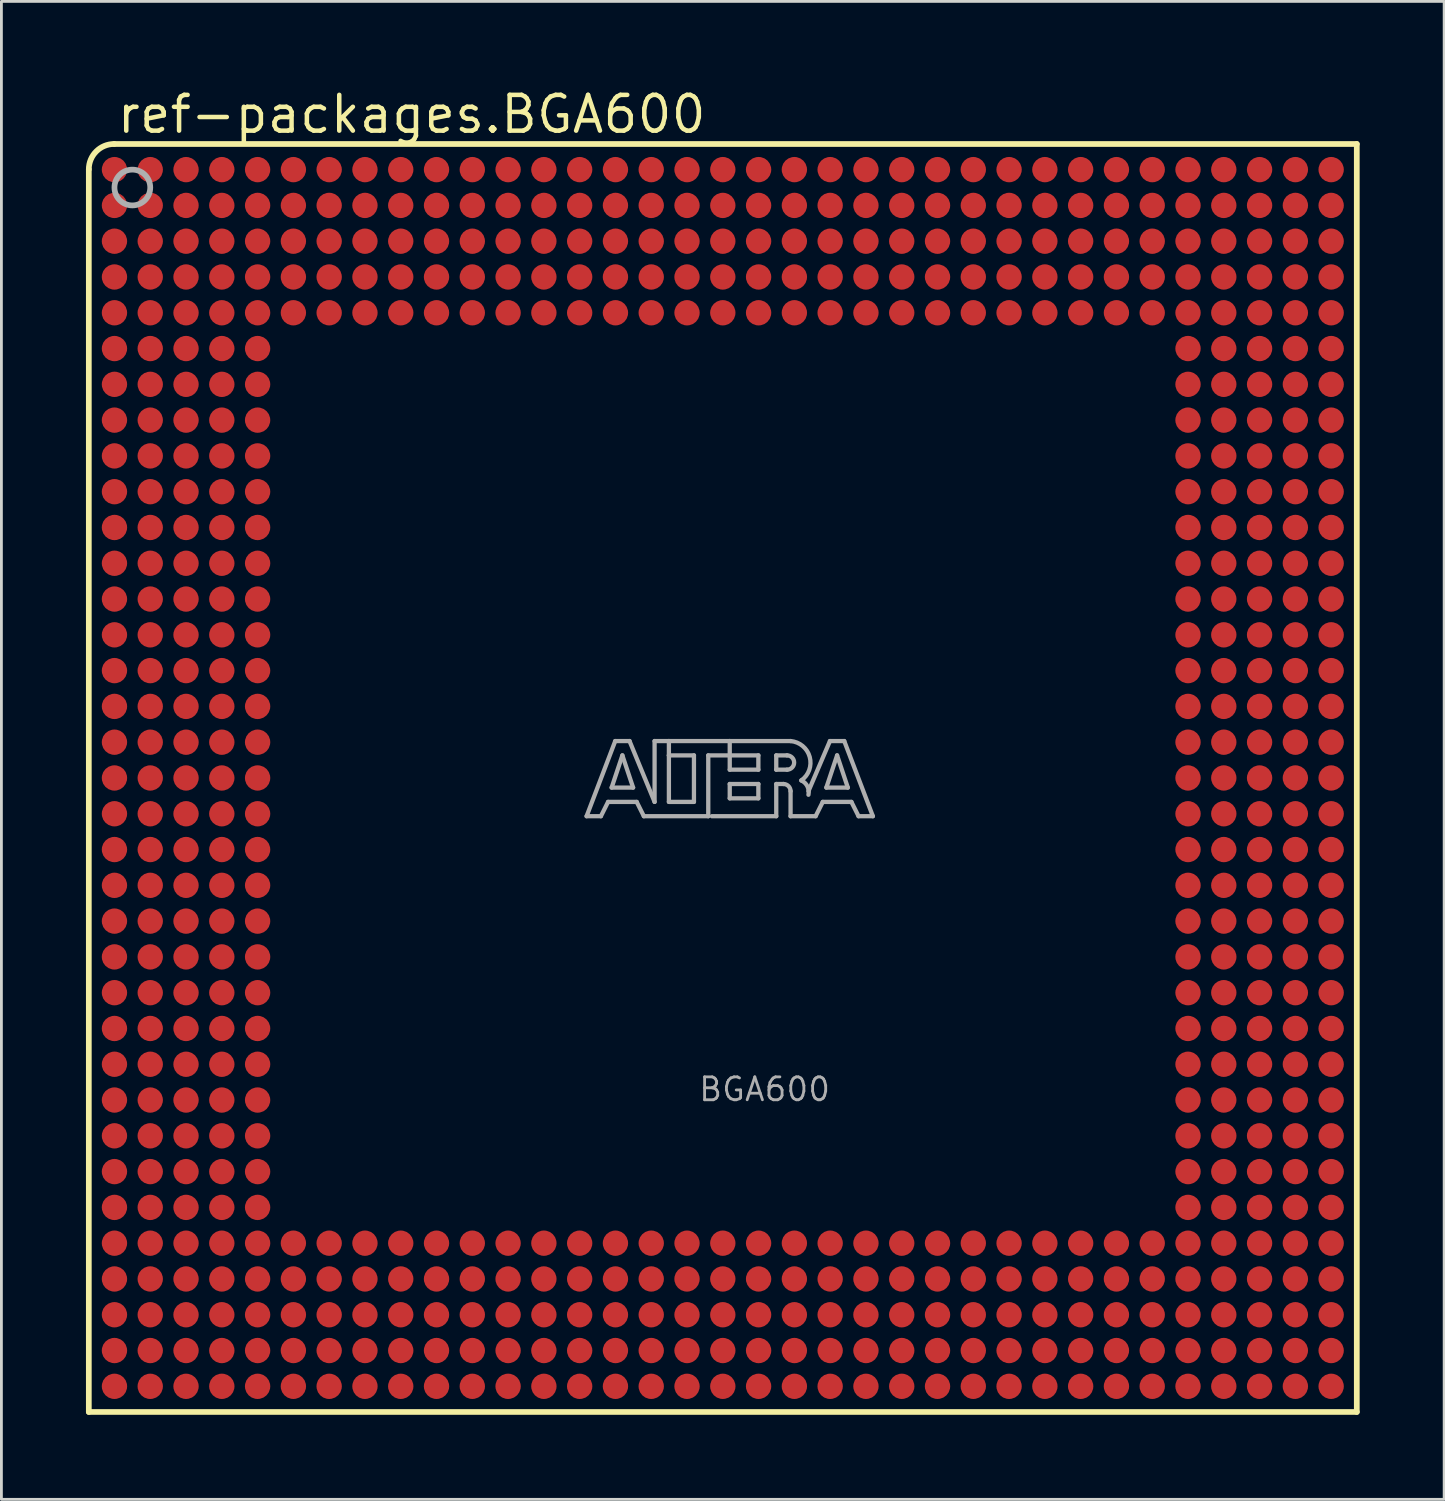
<source format=kicad_pcb>
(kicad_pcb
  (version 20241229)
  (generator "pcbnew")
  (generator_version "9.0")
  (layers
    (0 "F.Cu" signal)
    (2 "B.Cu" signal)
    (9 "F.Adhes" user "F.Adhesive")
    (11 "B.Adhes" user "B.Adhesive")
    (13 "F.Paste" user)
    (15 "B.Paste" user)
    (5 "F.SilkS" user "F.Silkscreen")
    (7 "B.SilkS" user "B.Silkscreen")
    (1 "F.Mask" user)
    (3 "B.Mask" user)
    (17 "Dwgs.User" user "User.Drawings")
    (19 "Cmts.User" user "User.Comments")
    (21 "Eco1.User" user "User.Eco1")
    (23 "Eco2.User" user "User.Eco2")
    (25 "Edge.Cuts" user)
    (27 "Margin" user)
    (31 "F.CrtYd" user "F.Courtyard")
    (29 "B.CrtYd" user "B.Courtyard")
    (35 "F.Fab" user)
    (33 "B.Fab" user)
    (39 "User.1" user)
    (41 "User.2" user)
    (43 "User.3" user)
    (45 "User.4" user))
  (footprint "ref-packages.BGA600"
    (layer "F.Cu")
    (at 22.602 24.56)
    (property "Reference" "ref-packages.BGA600" (at -21.579 -22.81 0) (layer "F.SilkS") (effects (font (size 1.27 1.27) (thickness 0.16)) (justify left bottom)))
    (attr smd)
    (fp_line (start -22.5 -21.6) (end -22.5 22.5) (stroke (width 0.203) (type default)) (layer "F.SilkS"))
    (fp_line (start -22.5 22.5) (end 22.5 22.5) (stroke (width 0.203) (type default)) (layer "F.SilkS"))
    (fp_line (start 22.5 -22.5) (end -21.6 -22.5) (stroke (width 0.203) (type default)) (layer "F.SilkS"))
    (fp_line (start 22.5 22.5) (end 22.5 -22.5) (stroke (width 0.203) (type default)) (layer "F.SilkS"))
    (fp_arc (start -22.5 -21.6) (mid -22.236338 -22.236538) (end -21.5998 -22.5002) (stroke (width 0.2032) (type default)) (layer "F.SilkS"))
    (fp_line (start -4.834 1.357) (end -3.818 -1.31) (stroke (width 0.152) (type default)) (layer "F.Fab"))
    (fp_line (start -4.326 1.357) (end -4.834 1.357) (stroke (width 0.152) (type default)) (layer "F.Fab"))
    (fp_line (start -4.072 0.849) (end -4.326 1.357) (stroke (width 0.152) (type default)) (layer "F.Fab"))
    (fp_line (start -3.945 0.341) (end -3.183 0.341) (stroke (width 0.152) (type default)) (layer "F.Fab"))
    (fp_line (start -3.818 -1.31) (end -3.31 -1.31) (stroke (width 0.152) (type default)) (layer "F.Fab"))
    (fp_line (start -3.564 -0.802) (end -3.945 0.341) (stroke (width 0.152) (type default)) (layer "F.Fab"))
    (fp_line (start -3.31 -1.31) (end -2.421 0.849) (stroke (width 0.152) (type default)) (layer "F.Fab"))
    (fp_line (start -3.183 0.341) (end -3.564 -0.802) (stroke (width 0.152) (type default)) (layer "F.Fab"))
    (fp_line (start -3.056 0.849) (end -4.072 0.849) (stroke (width 0.152) (type default)) (layer "F.Fab"))
    (fp_line (start -2.802 1.357) (end -3.056 0.849) (stroke (width 0.152) (type default)) (layer "F.Fab"))
    (fp_line (start -2.421 -1.31) (end -1.913 -1.31) (stroke (width 0.152) (type default)) (layer "F.Fab"))
    (fp_line (start -2.421 0.849) (end -2.421 -1.31) (stroke (width 0.152) (type default)) (layer "F.Fab"))
    (fp_line (start -1.913 -1.31) (end -1.913 -0.802) (stroke (width 0.152) (type default)) (layer "F.Fab"))
    (fp_line (start -1.913 -1.31) (end 0.246 -1.31) (stroke (width 0.152) (type default)) (layer "F.Fab"))
    (fp_line (start -1.913 -0.802) (end -1.913 0.849) (stroke (width 0.152) (type default)) (layer "F.Fab"))
    (fp_line (start -1.913 0.849) (end -1.024 0.849) (stroke (width 0.152) (type default)) (layer "F.Fab"))
    (fp_line (start -1.024 -0.802) (end -1.913 -0.802) (stroke (width 0.152) (type default)) (layer "F.Fab"))
    (fp_line (start -1.024 0.849) (end -1.024 -0.802) (stroke (width 0.152) (type default)) (layer "F.Fab"))
    (fp_line (start -0.516 -0.802) (end -0.516 1.357) (stroke (width 0.152) (type default)) (layer "F.Fab"))
    (fp_line (start -0.516 1.357) (end -2.802 1.357) (stroke (width 0.152) (type default)) (layer "F.Fab"))
    (fp_line (start 0.246 -1.31) (end 0.246 -0.802) (stroke (width 0.152) (type default)) (layer "F.Fab"))
    (fp_line (start 0.246 -1.31) (end 2.405 -1.31) (stroke (width 0.152) (type default)) (layer "F.Fab"))
    (fp_line (start 0.246 -0.802) (end -0.516 -0.802) (stroke (width 0.152) (type default)) (layer "F.Fab"))
    (fp_line (start 0.246 -0.802) (end 0.246 -0.294) (stroke (width 0.152) (type default)) (layer "F.Fab"))
    (fp_line (start 0.246 -0.294) (end 1.262 -0.294) (stroke (width 0.152) (type default)) (layer "F.Fab"))
    (fp_line (start 0.246 0.214) (end 1.262 0.214) (stroke (width 0.152) (type default)) (layer "F.Fab"))
    (fp_line (start 0.246 0.722) (end 0.246 0.214) (stroke (width 0.152) (type default)) (layer "F.Fab"))
    (fp_line (start 1.262 -0.802) (end 0.246 -0.802) (stroke (width 0.152) (type default)) (layer "F.Fab"))
    (fp_line (start 1.262 -0.294) (end 1.262 -0.802) (stroke (width 0.152) (type default)) (layer "F.Fab"))
    (fp_line (start 1.262 0.214) (end 1.262 0.722) (stroke (width 0.152) (type default)) (layer "F.Fab"))
    (fp_line (start 1.262 0.722) (end 0.246 0.722) (stroke (width 0.152) (type default)) (layer "F.Fab"))
    (fp_line (start 1.897 -0.802) (end 1.897 -0.294) (stroke (width 0.152) (type default)) (layer "F.Fab"))
    (fp_line (start 1.897 -0.294) (end 2.278 -0.294) (stroke (width 0.152) (type default)) (layer "F.Fab"))
    (fp_line (start 1.897 0.214) (end 1.897 1.357) (stroke (width 0.152) (type default)) (layer "F.Fab"))
    (fp_line (start 1.897 0.214) (end 2.151 0.214) (stroke (width 0.152) (type default)) (layer "F.Fab"))
    (fp_line (start 1.897 1.357) (end -0.389 1.357) (stroke (width 0.152) (type default)) (layer "F.Fab"))
    (fp_line (start 2.278 -0.802) (end 1.897 -0.802) (stroke (width 0.152) (type default)) (layer "F.Fab"))
    (fp_line (start 2.405 0.468) (end 2.405 1.357) (stroke (width 0.152) (type default)) (layer "F.Fab"))
    (fp_line (start 2.405 1.357) (end 3.294 1.357) (stroke (width 0.152) (type default)) (layer "F.Fab"))
    (fp_line (start 3.294 1.357) (end 3.548 0.849) (stroke (width 0.152) (type default)) (layer "F.Fab"))
    (fp_line (start 3.548 0.849) (end 4.564 0.849) (stroke (width 0.152) (type default)) (layer "F.Fab"))
    (fp_line (start 3.675 0.341) (end 4.056 -0.802) (stroke (width 0.152) (type default)) (layer "F.Fab"))
    (fp_line (start 3.802 -1.31) (end 3.04 0.468) (stroke (width 0.152) (type default)) (layer "F.Fab"))
    (fp_line (start 4.056 -0.802) (end 4.437 0.341) (stroke (width 0.152) (type default)) (layer "F.Fab"))
    (fp_line (start 4.31 -1.31) (end 3.802 -1.31) (stroke (width 0.152) (type default)) (layer "F.Fab"))
    (fp_line (start 4.437 0.341) (end 3.675 0.341) (stroke (width 0.152) (type default)) (layer "F.Fab"))
    (fp_line (start 4.564 0.849) (end 4.818 1.357) (stroke (width 0.152) (type default)) (layer "F.Fab"))
    (fp_line (start 4.818 1.357) (end 5.326 1.357) (stroke (width 0.152) (type default)) (layer "F.Fab"))
    (fp_line (start 5.326 1.357) (end 4.31 -1.31) (stroke (width 0.152) (type default)) (layer "F.Fab"))
    (fp_arc (start 2.151 0.214) (mid 2.330605 0.288395) (end 2.405 0.468) (stroke (width 0.1524) (type default)) (layer "F.Fab"))
    (fp_arc (start 2.278 -0.802) (mid 2.532 -0.548) (end 2.278 -0.294) (stroke (width 0.1524) (type default)) (layer "F.Fab"))
    (fp_arc (start 2.405 -1.31) (mid 3.084953 -0.74477) (end 2.7861 0.0874) (stroke (width 0.1524) (type default)) (layer "F.Fab"))
    (fp_arc (start 2.7861 0.0871) (mid 3.002081 0.296587) (end 3.0398 0.5951) (stroke (width 0.1524) (type default)) (layer "F.Fab"))
    (fp_circle (center -20.955 -20.955) (end -20.32 -20.955) (stroke (width 0.203) (type default)) (fill no) (layer "F.Fab"))
    (fp_text user "BGA600" (at -0.905 11.525 0) (layer "F.Fab") (effects (font (size 0.813 0.813) (thickness 0.1)) (justify left bottom)))
    (pad "A1" smd roundrect (at -21.59 -21.59) (size 0.9 0.9) (layers "F.Cu" "F.Mask" "F.Paste") (roundrect_rratio 0.5))
    (pad "A2" smd roundrect (at -20.32 -21.59) (size 0.9 0.9) (layers "F.Cu" "F.Mask" "F.Paste") (roundrect_rratio 0.5))
    (pad "A3" smd roundrect (at -19.05 -21.59) (size 0.9 0.9) (layers "F.Cu" "F.Mask" "F.Paste") (roundrect_rratio 0.5))
    (pad "A4" smd roundrect (at -17.78 -21.59) (size 0.9 0.9) (layers "F.Cu" "F.Mask" "F.Paste") (roundrect_rratio 0.5))
    (pad "A5" smd roundrect (at -16.51 -21.59) (size 0.9 0.9) (layers "F.Cu" "F.Mask" "F.Paste") (roundrect_rratio 0.5))
    (pad "A6" smd roundrect (at -15.24 -21.59) (size 0.9 0.9) (layers "F.Cu" "F.Mask" "F.Paste") (roundrect_rratio 0.5))
    (pad "A7" smd roundrect (at -13.97 -21.59) (size 0.9 0.9) (layers "F.Cu" "F.Mask" "F.Paste") (roundrect_rratio 0.5))
    (pad "A8" smd roundrect (at -12.7 -21.59) (size 0.9 0.9) (layers "F.Cu" "F.Mask" "F.Paste") (roundrect_rratio 0.5))
    (pad "A9" smd roundrect (at -11.43 -21.59) (size 0.9 0.9) (layers "F.Cu" "F.Mask" "F.Paste") (roundrect_rratio 0.5))
    (pad "A10" smd roundrect (at -10.16 -21.59) (size 0.9 0.9) (layers "F.Cu" "F.Mask" "F.Paste") (roundrect_rratio 0.5))
    (pad "A11" smd roundrect (at -8.89 -21.59) (size 0.9 0.9) (layers "F.Cu" "F.Mask" "F.Paste") (roundrect_rratio 0.5))
    (pad "A12" smd roundrect (at -7.62 -21.59) (size 0.9 0.9) (layers "F.Cu" "F.Mask" "F.Paste") (roundrect_rratio 0.5))
    (pad "A13" smd roundrect (at -6.35 -21.59) (size 0.9 0.9) (layers "F.Cu" "F.Mask" "F.Paste") (roundrect_rratio 0.5))
    (pad "A14" smd roundrect (at -5.08 -21.59) (size 0.9 0.9) (layers "F.Cu" "F.Mask" "F.Paste") (roundrect_rratio 0.5))
    (pad "A15" smd roundrect (at -3.81 -21.59) (size 0.9 0.9) (layers "F.Cu" "F.Mask" "F.Paste") (roundrect_rratio 0.5))
    (pad "A16" smd roundrect (at -2.54 -21.59) (size 0.9 0.9) (layers "F.Cu" "F.Mask" "F.Paste") (roundrect_rratio 0.5))
    (pad "A17" smd roundrect (at -1.27 -21.59) (size 0.9 0.9) (layers "F.Cu" "F.Mask" "F.Paste") (roundrect_rratio 0.5))
    (pad "A18" smd roundrect (at 0 -21.59) (size 0.9 0.9) (layers "F.Cu" "F.Mask" "F.Paste") (roundrect_rratio 0.5))
    (pad "A19" smd roundrect (at 1.27 -21.59) (size 0.9 0.9) (layers "F.Cu" "F.Mask" "F.Paste") (roundrect_rratio 0.5))
    (pad "A20" smd roundrect (at 2.54 -21.59) (size 0.9 0.9) (layers "F.Cu" "F.Mask" "F.Paste") (roundrect_rratio 0.5))
    (pad "A21" smd roundrect (at 3.81 -21.59) (size 0.9 0.9) (layers "F.Cu" "F.Mask" "F.Paste") (roundrect_rratio 0.5))
    (pad "A22" smd roundrect (at 5.08 -21.59) (size 0.9 0.9) (layers "F.Cu" "F.Mask" "F.Paste") (roundrect_rratio 0.5))
    (pad "A23" smd roundrect (at 6.35 -21.59) (size 0.9 0.9) (layers "F.Cu" "F.Mask" "F.Paste") (roundrect_rratio 0.5))
    (pad "A24" smd roundrect (at 7.62 -21.59) (size 0.9 0.9) (layers "F.Cu" "F.Mask" "F.Paste") (roundrect_rratio 0.5))
    (pad "A25" smd roundrect (at 8.89 -21.59) (size 0.9 0.9) (layers "F.Cu" "F.Mask" "F.Paste") (roundrect_rratio 0.5))
    (pad "A26" smd roundrect (at 10.16 -21.59) (size 0.9 0.9) (layers "F.Cu" "F.Mask" "F.Paste") (roundrect_rratio 0.5))
    (pad "A27" smd roundrect (at 11.43 -21.59) (size 0.9 0.9) (layers "F.Cu" "F.Mask" "F.Paste") (roundrect_rratio 0.5))
    (pad "A28" smd roundrect (at 12.7 -21.59) (size 0.9 0.9) (layers "F.Cu" "F.Mask" "F.Paste") (roundrect_rratio 0.5))
    (pad "A29" smd roundrect (at 13.97 -21.59) (size 0.9 0.9) (layers "F.Cu" "F.Mask" "F.Paste") (roundrect_rratio 0.5))
    (pad "A30" smd roundrect (at 15.24 -21.59) (size 0.9 0.9) (layers "F.Cu" "F.Mask" "F.Paste") (roundrect_rratio 0.5))
    (pad "A31" smd roundrect (at 16.51 -21.59) (size 0.9 0.9) (layers "F.Cu" "F.Mask" "F.Paste") (roundrect_rratio 0.5))
    (pad "A32" smd roundrect (at 17.78 -21.59) (size 0.9 0.9) (layers "F.Cu" "F.Mask" "F.Paste") (roundrect_rratio 0.5))
    (pad "A33" smd roundrect (at 19.05 -21.59) (size 0.9 0.9) (layers "F.Cu" "F.Mask" "F.Paste") (roundrect_rratio 0.5))
    (pad "A34" smd roundrect (at 20.32 -21.59) (size 0.9 0.9) (layers "F.Cu" "F.Mask" "F.Paste") (roundrect_rratio 0.5))
    (pad "A35" smd roundrect (at 21.59 -21.59) (size 0.9 0.9) (layers "F.Cu" "F.Mask" "F.Paste") (roundrect_rratio 0.5))
    (pad "AA1" smd roundrect (at -21.59 3.81) (size 0.9 0.9) (layers "F.Cu" "F.Mask" "F.Paste") (roundrect_rratio 0.5))
    (pad "AA2" smd roundrect (at -20.32 3.81) (size 0.9 0.9) (layers "F.Cu" "F.Mask" "F.Paste") (roundrect_rratio 0.5))
    (pad "AA3" smd roundrect (at -19.05 3.81) (size 0.9 0.9) (layers "F.Cu" "F.Mask" "F.Paste") (roundrect_rratio 0.5))
    (pad "AA4" smd roundrect (at -17.78 3.81) (size 0.9 0.9) (layers "F.Cu" "F.Mask" "F.Paste") (roundrect_rratio 0.5))
    (pad "AA5" smd roundrect (at -16.51 3.81) (size 0.9 0.9) (layers "F.Cu" "F.Mask" "F.Paste") (roundrect_rratio 0.5))
    (pad "AA31" smd roundrect (at 16.51 3.81) (size 0.9 0.9) (layers "F.Cu" "F.Mask" "F.Paste") (roundrect_rratio 0.5))
    (pad "AA32" smd roundrect (at 17.78 3.81) (size 0.9 0.9) (layers "F.Cu" "F.Mask" "F.Paste") (roundrect_rratio 0.5))
    (pad "AA33" smd roundrect (at 19.05 3.81) (size 0.9 0.9) (layers "F.Cu" "F.Mask" "F.Paste") (roundrect_rratio 0.5))
    (pad "AA34" smd roundrect (at 20.32 3.81) (size 0.9 0.9) (layers "F.Cu" "F.Mask" "F.Paste") (roundrect_rratio 0.5))
    (pad "AA35" smd roundrect (at 21.59 3.81) (size 0.9 0.9) (layers "F.Cu" "F.Mask" "F.Paste") (roundrect_rratio 0.5))
    (pad "AB1" smd roundrect (at -21.59 5.08) (size 0.9 0.9) (layers "F.Cu" "F.Mask" "F.Paste") (roundrect_rratio 0.5))
    (pad "AB2" smd roundrect (at -20.32 5.08) (size 0.9 0.9) (layers "F.Cu" "F.Mask" "F.Paste") (roundrect_rratio 0.5))
    (pad "AB3" smd roundrect (at -19.05 5.08) (size 0.9 0.9) (layers "F.Cu" "F.Mask" "F.Paste") (roundrect_rratio 0.5))
    (pad "AB4" smd roundrect (at -17.78 5.08) (size 0.9 0.9) (layers "F.Cu" "F.Mask" "F.Paste") (roundrect_rratio 0.5))
    (pad "AB5" smd roundrect (at -16.51 5.08) (size 0.9 0.9) (layers "F.Cu" "F.Mask" "F.Paste") (roundrect_rratio 0.5))
    (pad "AB31" smd roundrect (at 16.51 5.08) (size 0.9 0.9) (layers "F.Cu" "F.Mask" "F.Paste") (roundrect_rratio 0.5))
    (pad "AB32" smd roundrect (at 17.78 5.08) (size 0.9 0.9) (layers "F.Cu" "F.Mask" "F.Paste") (roundrect_rratio 0.5))
    (pad "AB33" smd roundrect (at 19.05 5.08) (size 0.9 0.9) (layers "F.Cu" "F.Mask" "F.Paste") (roundrect_rratio 0.5))
    (pad "AB34" smd roundrect (at 20.32 5.08) (size 0.9 0.9) (layers "F.Cu" "F.Mask" "F.Paste") (roundrect_rratio 0.5))
    (pad "AB35" smd roundrect (at 21.59 5.08) (size 0.9 0.9) (layers "F.Cu" "F.Mask" "F.Paste") (roundrect_rratio 0.5))
    (pad "AC1" smd roundrect (at -21.59 6.35) (size 0.9 0.9) (layers "F.Cu" "F.Mask" "F.Paste") (roundrect_rratio 0.5))
    (pad "AC2" smd roundrect (at -20.32 6.35) (size 0.9 0.9) (layers "F.Cu" "F.Mask" "F.Paste") (roundrect_rratio 0.5))
    (pad "AC3" smd roundrect (at -19.05 6.35) (size 0.9 0.9) (layers "F.Cu" "F.Mask" "F.Paste") (roundrect_rratio 0.5))
    (pad "AC4" smd roundrect (at -17.78 6.35) (size 0.9 0.9) (layers "F.Cu" "F.Mask" "F.Paste") (roundrect_rratio 0.5))
    (pad "AC5" smd roundrect (at -16.51 6.35) (size 0.9 0.9) (layers "F.Cu" "F.Mask" "F.Paste") (roundrect_rratio 0.5))
    (pad "AC31" smd roundrect (at 16.51 6.35) (size 0.9 0.9) (layers "F.Cu" "F.Mask" "F.Paste") (roundrect_rratio 0.5))
    (pad "AC32" smd roundrect (at 17.78 6.35) (size 0.9 0.9) (layers "F.Cu" "F.Mask" "F.Paste") (roundrect_rratio 0.5))
    (pad "AC33" smd roundrect (at 19.05 6.35) (size 0.9 0.9) (layers "F.Cu" "F.Mask" "F.Paste") (roundrect_rratio 0.5))
    (pad "AC34" smd roundrect (at 20.32 6.35) (size 0.9 0.9) (layers "F.Cu" "F.Mask" "F.Paste") (roundrect_rratio 0.5))
    (pad "AC35" smd roundrect (at 21.59 6.35) (size 0.9 0.9) (layers "F.Cu" "F.Mask" "F.Paste") (roundrect_rratio 0.5))
    (pad "AD1" smd roundrect (at -21.59 7.62) (size 0.9 0.9) (layers "F.Cu" "F.Mask" "F.Paste") (roundrect_rratio 0.5))
    (pad "AD2" smd roundrect (at -20.32 7.62) (size 0.9 0.9) (layers "F.Cu" "F.Mask" "F.Paste") (roundrect_rratio 0.5))
    (pad "AD3" smd roundrect (at -19.05 7.62) (size 0.9 0.9) (layers "F.Cu" "F.Mask" "F.Paste") (roundrect_rratio 0.5))
    (pad "AD4" smd roundrect (at -17.78 7.62) (size 0.9 0.9) (layers "F.Cu" "F.Mask" "F.Paste") (roundrect_rratio 0.5))
    (pad "AD5" smd roundrect (at -16.51 7.62) (size 0.9 0.9) (layers "F.Cu" "F.Mask" "F.Paste") (roundrect_rratio 0.5))
    (pad "AD31" smd roundrect (at 16.51 7.62) (size 0.9 0.9) (layers "F.Cu" "F.Mask" "F.Paste") (roundrect_rratio 0.5))
    (pad "AD32" smd roundrect (at 17.78 7.62) (size 0.9 0.9) (layers "F.Cu" "F.Mask" "F.Paste") (roundrect_rratio 0.5))
    (pad "AD33" smd roundrect (at 19.05 7.62) (size 0.9 0.9) (layers "F.Cu" "F.Mask" "F.Paste") (roundrect_rratio 0.5))
    (pad "AD34" smd roundrect (at 20.32 7.62) (size 0.9 0.9) (layers "F.Cu" "F.Mask" "F.Paste") (roundrect_rratio 0.5))
    (pad "AD35" smd roundrect (at 21.59 7.62) (size 0.9 0.9) (layers "F.Cu" "F.Mask" "F.Paste") (roundrect_rratio 0.5))
    (pad "AE1" smd roundrect (at -21.59 8.89) (size 0.9 0.9) (layers "F.Cu" "F.Mask" "F.Paste") (roundrect_rratio 0.5))
    (pad "AE2" smd roundrect (at -20.32 8.89) (size 0.9 0.9) (layers "F.Cu" "F.Mask" "F.Paste") (roundrect_rratio 0.5))
    (pad "AE3" smd roundrect (at -19.05 8.89) (size 0.9 0.9) (layers "F.Cu" "F.Mask" "F.Paste") (roundrect_rratio 0.5))
    (pad "AE4" smd roundrect (at -17.78 8.89) (size 0.9 0.9) (layers "F.Cu" "F.Mask" "F.Paste") (roundrect_rratio 0.5))
    (pad "AE5" smd roundrect (at -16.51 8.89) (size 0.9 0.9) (layers "F.Cu" "F.Mask" "F.Paste") (roundrect_rratio 0.5))
    (pad "AE31" smd roundrect (at 16.51 8.89) (size 0.9 0.9) (layers "F.Cu" "F.Mask" "F.Paste") (roundrect_rratio 0.5))
    (pad "AE32" smd roundrect (at 17.78 8.89) (size 0.9 0.9) (layers "F.Cu" "F.Mask" "F.Paste") (roundrect_rratio 0.5))
    (pad "AE33" smd roundrect (at 19.05 8.89) (size 0.9 0.9) (layers "F.Cu" "F.Mask" "F.Paste") (roundrect_rratio 0.5))
    (pad "AE34" smd roundrect (at 20.32 8.89) (size 0.9 0.9) (layers "F.Cu" "F.Mask" "F.Paste") (roundrect_rratio 0.5))
    (pad "AE35" smd roundrect (at 21.59 8.89) (size 0.9 0.9) (layers "F.Cu" "F.Mask" "F.Paste") (roundrect_rratio 0.5))
    (pad "AF1" smd roundrect (at -21.59 10.16) (size 0.9 0.9) (layers "F.Cu" "F.Mask" "F.Paste") (roundrect_rratio 0.5))
    (pad "AF2" smd roundrect (at -20.32 10.16) (size 0.9 0.9) (layers "F.Cu" "F.Mask" "F.Paste") (roundrect_rratio 0.5))
    (pad "AF3" smd roundrect (at -19.05 10.16) (size 0.9 0.9) (layers "F.Cu" "F.Mask" "F.Paste") (roundrect_rratio 0.5))
    (pad "AF4" smd roundrect (at -17.78 10.16) (size 0.9 0.9) (layers "F.Cu" "F.Mask" "F.Paste") (roundrect_rratio 0.5))
    (pad "AF5" smd roundrect (at -16.51 10.16) (size 0.9 0.9) (layers "F.Cu" "F.Mask" "F.Paste") (roundrect_rratio 0.5))
    (pad "AF31" smd roundrect (at 16.51 10.16) (size 0.9 0.9) (layers "F.Cu" "F.Mask" "F.Paste") (roundrect_rratio 0.5))
    (pad "AF32" smd roundrect (at 17.78 10.16) (size 0.9 0.9) (layers "F.Cu" "F.Mask" "F.Paste") (roundrect_rratio 0.5))
    (pad "AF33" smd roundrect (at 19.05 10.16) (size 0.9 0.9) (layers "F.Cu" "F.Mask" "F.Paste") (roundrect_rratio 0.5))
    (pad "AF34" smd roundrect (at 20.32 10.16) (size 0.9 0.9) (layers "F.Cu" "F.Mask" "F.Paste") (roundrect_rratio 0.5))
    (pad "AF35" smd roundrect (at 21.59 10.16) (size 0.9 0.9) (layers "F.Cu" "F.Mask" "F.Paste") (roundrect_rratio 0.5))
    (pad "AG1" smd roundrect (at -21.59 11.43) (size 0.9 0.9) (layers "F.Cu" "F.Mask" "F.Paste") (roundrect_rratio 0.5))
    (pad "AG2" smd roundrect (at -20.32 11.43) (size 0.9 0.9) (layers "F.Cu" "F.Mask" "F.Paste") (roundrect_rratio 0.5))
    (pad "AG3" smd roundrect (at -19.05 11.43) (size 0.9 0.9) (layers "F.Cu" "F.Mask" "F.Paste") (roundrect_rratio 0.5))
    (pad "AG4" smd roundrect (at -17.78 11.43) (size 0.9 0.9) (layers "F.Cu" "F.Mask" "F.Paste") (roundrect_rratio 0.5))
    (pad "AG5" smd roundrect (at -16.51 11.43) (size 0.9 0.9) (layers "F.Cu" "F.Mask" "F.Paste") (roundrect_rratio 0.5))
    (pad "AG31" smd roundrect (at 16.51 11.43) (size 0.9 0.9) (layers "F.Cu" "F.Mask" "F.Paste") (roundrect_rratio 0.5))
    (pad "AG32" smd roundrect (at 17.78 11.43) (size 0.9 0.9) (layers "F.Cu" "F.Mask" "F.Paste") (roundrect_rratio 0.5))
    (pad "AG33" smd roundrect (at 19.05 11.43) (size 0.9 0.9) (layers "F.Cu" "F.Mask" "F.Paste") (roundrect_rratio 0.5))
    (pad "AG34" smd roundrect (at 20.32 11.43) (size 0.9 0.9) (layers "F.Cu" "F.Mask" "F.Paste") (roundrect_rratio 0.5))
    (pad "AG35" smd roundrect (at 21.59 11.43) (size 0.9 0.9) (layers "F.Cu" "F.Mask" "F.Paste") (roundrect_rratio 0.5))
    (pad "AH1" smd roundrect (at -21.59 12.7) (size 0.9 0.9) (layers "F.Cu" "F.Mask" "F.Paste") (roundrect_rratio 0.5))
    (pad "AH2" smd roundrect (at -20.32 12.7) (size 0.9 0.9) (layers "F.Cu" "F.Mask" "F.Paste") (roundrect_rratio 0.5))
    (pad "AH3" smd roundrect (at -19.05 12.7) (size 0.9 0.9) (layers "F.Cu" "F.Mask" "F.Paste") (roundrect_rratio 0.5))
    (pad "AH4" smd roundrect (at -17.78 12.7) (size 0.9 0.9) (layers "F.Cu" "F.Mask" "F.Paste") (roundrect_rratio 0.5))
    (pad "AH5" smd roundrect (at -16.51 12.7) (size 0.9 0.9) (layers "F.Cu" "F.Mask" "F.Paste") (roundrect_rratio 0.5))
    (pad "AH31" smd roundrect (at 16.51 12.7) (size 0.9 0.9) (layers "F.Cu" "F.Mask" "F.Paste") (roundrect_rratio 0.5))
    (pad "AH32" smd roundrect (at 17.78 12.7) (size 0.9 0.9) (layers "F.Cu" "F.Mask" "F.Paste") (roundrect_rratio 0.5))
    (pad "AH33" smd roundrect (at 19.05 12.7) (size 0.9 0.9) (layers "F.Cu" "F.Mask" "F.Paste") (roundrect_rratio 0.5))
    (pad "AH34" smd roundrect (at 20.32 12.7) (size 0.9 0.9) (layers "F.Cu" "F.Mask" "F.Paste") (roundrect_rratio 0.5))
    (pad "AH35" smd roundrect (at 21.59 12.7) (size 0.9 0.9) (layers "F.Cu" "F.Mask" "F.Paste") (roundrect_rratio 0.5))
    (pad "AJ1" smd roundrect (at -21.59 13.97) (size 0.9 0.9) (layers "F.Cu" "F.Mask" "F.Paste") (roundrect_rratio 0.5))
    (pad "AJ2" smd roundrect (at -20.32 13.97) (size 0.9 0.9) (layers "F.Cu" "F.Mask" "F.Paste") (roundrect_rratio 0.5))
    (pad "AJ3" smd roundrect (at -19.05 13.97) (size 0.9 0.9) (layers "F.Cu" "F.Mask" "F.Paste") (roundrect_rratio 0.5))
    (pad "AJ4" smd roundrect (at -17.78 13.97) (size 0.9 0.9) (layers "F.Cu" "F.Mask" "F.Paste") (roundrect_rratio 0.5))
    (pad "AJ5" smd roundrect (at -16.51 13.97) (size 0.9 0.9) (layers "F.Cu" "F.Mask" "F.Paste") (roundrect_rratio 0.5))
    (pad "AJ31" smd roundrect (at 16.51 13.97) (size 0.9 0.9) (layers "F.Cu" "F.Mask" "F.Paste") (roundrect_rratio 0.5))
    (pad "AJ32" smd roundrect (at 17.78 13.97) (size 0.9 0.9) (layers "F.Cu" "F.Mask" "F.Paste") (roundrect_rratio 0.5))
    (pad "AJ33" smd roundrect (at 19.05 13.97) (size 0.9 0.9) (layers "F.Cu" "F.Mask" "F.Paste") (roundrect_rratio 0.5))
    (pad "AJ34" smd roundrect (at 20.32 13.97) (size 0.9 0.9) (layers "F.Cu" "F.Mask" "F.Paste") (roundrect_rratio 0.5))
    (pad "AJ35" smd roundrect (at 21.59 13.97) (size 0.9 0.9) (layers "F.Cu" "F.Mask" "F.Paste") (roundrect_rratio 0.5))
    (pad "AK1" smd roundrect (at -21.59 15.24) (size 0.9 0.9) (layers "F.Cu" "F.Mask" "F.Paste") (roundrect_rratio 0.5))
    (pad "AK2" smd roundrect (at -20.32 15.24) (size 0.9 0.9) (layers "F.Cu" "F.Mask" "F.Paste") (roundrect_rratio 0.5))
    (pad "AK3" smd roundrect (at -19.05 15.24) (size 0.9 0.9) (layers "F.Cu" "F.Mask" "F.Paste") (roundrect_rratio 0.5))
    (pad "AK4" smd roundrect (at -17.78 15.24) (size 0.9 0.9) (layers "F.Cu" "F.Mask" "F.Paste") (roundrect_rratio 0.5))
    (pad "AK5" smd roundrect (at -16.51 15.24) (size 0.9 0.9) (layers "F.Cu" "F.Mask" "F.Paste") (roundrect_rratio 0.5))
    (pad "AK31" smd roundrect (at 16.51 15.24) (size 0.9 0.9) (layers "F.Cu" "F.Mask" "F.Paste") (roundrect_rratio 0.5))
    (pad "AK32" smd roundrect (at 17.78 15.24) (size 0.9 0.9) (layers "F.Cu" "F.Mask" "F.Paste") (roundrect_rratio 0.5))
    (pad "AK33" smd roundrect (at 19.05 15.24) (size 0.9 0.9) (layers "F.Cu" "F.Mask" "F.Paste") (roundrect_rratio 0.5))
    (pad "AK34" smd roundrect (at 20.32 15.24) (size 0.9 0.9) (layers "F.Cu" "F.Mask" "F.Paste") (roundrect_rratio 0.5))
    (pad "AK35" smd roundrect (at 21.59 15.24) (size 0.9 0.9) (layers "F.Cu" "F.Mask" "F.Paste") (roundrect_rratio 0.5))
    (pad "AL1" smd roundrect (at -21.59 16.51) (size 0.9 0.9) (layers "F.Cu" "F.Mask" "F.Paste") (roundrect_rratio 0.5))
    (pad "AL2" smd roundrect (at -20.32 16.51) (size 0.9 0.9) (layers "F.Cu" "F.Mask" "F.Paste") (roundrect_rratio 0.5))
    (pad "AL3" smd roundrect (at -19.05 16.51) (size 0.9 0.9) (layers "F.Cu" "F.Mask" "F.Paste") (roundrect_rratio 0.5))
    (pad "AL4" smd roundrect (at -17.78 16.51) (size 0.9 0.9) (layers "F.Cu" "F.Mask" "F.Paste") (roundrect_rratio 0.5))
    (pad "AL5" smd roundrect (at -16.51 16.51) (size 0.9 0.9) (layers "F.Cu" "F.Mask" "F.Paste") (roundrect_rratio 0.5))
    (pad "AL6" smd roundrect (at -15.24 16.51) (size 0.9 0.9) (layers "F.Cu" "F.Mask" "F.Paste") (roundrect_rratio 0.5))
    (pad "AL7" smd roundrect (at -13.97 16.51) (size 0.9 0.9) (layers "F.Cu" "F.Mask" "F.Paste") (roundrect_rratio 0.5))
    (pad "AL8" smd roundrect (at -12.7 16.51) (size 0.9 0.9) (layers "F.Cu" "F.Mask" "F.Paste") (roundrect_rratio 0.5))
    (pad "AL9" smd roundrect (at -11.43 16.51) (size 0.9 0.9) (layers "F.Cu" "F.Mask" "F.Paste") (roundrect_rratio 0.5))
    (pad "AL10" smd roundrect (at -10.16 16.51) (size 0.9 0.9) (layers "F.Cu" "F.Mask" "F.Paste") (roundrect_rratio 0.5))
    (pad "AL11" smd roundrect (at -8.89 16.51) (size 0.9 0.9) (layers "F.Cu" "F.Mask" "F.Paste") (roundrect_rratio 0.5))
    (pad "AL12" smd roundrect (at -7.62 16.51) (size 0.9 0.9) (layers "F.Cu" "F.Mask" "F.Paste") (roundrect_rratio 0.5))
    (pad "AL13" smd roundrect (at -6.35 16.51) (size 0.9 0.9) (layers "F.Cu" "F.Mask" "F.Paste") (roundrect_rratio 0.5))
    (pad "AL14" smd roundrect (at -5.08 16.51) (size 0.9 0.9) (layers "F.Cu" "F.Mask" "F.Paste") (roundrect_rratio 0.5))
    (pad "AL15" smd roundrect (at -3.81 16.51) (size 0.9 0.9) (layers "F.Cu" "F.Mask" "F.Paste") (roundrect_rratio 0.5))
    (pad "AL16" smd roundrect (at -2.54 16.51) (size 0.9 0.9) (layers "F.Cu" "F.Mask" "F.Paste") (roundrect_rratio 0.5))
    (pad "AL17" smd roundrect (at -1.27 16.51) (size 0.9 0.9) (layers "F.Cu" "F.Mask" "F.Paste") (roundrect_rratio 0.5))
    (pad "AL18" smd roundrect (at 0 16.51) (size 0.9 0.9) (layers "F.Cu" "F.Mask" "F.Paste") (roundrect_rratio 0.5))
    (pad "AL19" smd roundrect (at 1.27 16.51) (size 0.9 0.9) (layers "F.Cu" "F.Mask" "F.Paste") (roundrect_rratio 0.5))
    (pad "AL20" smd roundrect (at 2.54 16.51) (size 0.9 0.9) (layers "F.Cu" "F.Mask" "F.Paste") (roundrect_rratio 0.5))
    (pad "AL21" smd roundrect (at 3.81 16.51) (size 0.9 0.9) (layers "F.Cu" "F.Mask" "F.Paste") (roundrect_rratio 0.5))
    (pad "AL22" smd roundrect (at 5.08 16.51) (size 0.9 0.9) (layers "F.Cu" "F.Mask" "F.Paste") (roundrect_rratio 0.5))
    (pad "AL23" smd roundrect (at 6.35 16.51) (size 0.9 0.9) (layers "F.Cu" "F.Mask" "F.Paste") (roundrect_rratio 0.5))
    (pad "AL24" smd roundrect (at 7.62 16.51) (size 0.9 0.9) (layers "F.Cu" "F.Mask" "F.Paste") (roundrect_rratio 0.5))
    (pad "AL25" smd roundrect (at 8.89 16.51) (size 0.9 0.9) (layers "F.Cu" "F.Mask" "F.Paste") (roundrect_rratio 0.5))
    (pad "AL26" smd roundrect (at 10.16 16.51) (size 0.9 0.9) (layers "F.Cu" "F.Mask" "F.Paste") (roundrect_rratio 0.5))
    (pad "AL27" smd roundrect (at 11.43 16.51) (size 0.9 0.9) (layers "F.Cu" "F.Mask" "F.Paste") (roundrect_rratio 0.5))
    (pad "AL28" smd roundrect (at 12.7 16.51) (size 0.9 0.9) (layers "F.Cu" "F.Mask" "F.Paste") (roundrect_rratio 0.5))
    (pad "AL29" smd roundrect (at 13.97 16.51) (size 0.9 0.9) (layers "F.Cu" "F.Mask" "F.Paste") (roundrect_rratio 0.5))
    (pad "AL30" smd roundrect (at 15.24 16.51) (size 0.9 0.9) (layers "F.Cu" "F.Mask" "F.Paste") (roundrect_rratio 0.5))
    (pad "AL31" smd roundrect (at 16.51 16.51) (size 0.9 0.9) (layers "F.Cu" "F.Mask" "F.Paste") (roundrect_rratio 0.5))
    (pad "AL32" smd roundrect (at 17.78 16.51) (size 0.9 0.9) (layers "F.Cu" "F.Mask" "F.Paste") (roundrect_rratio 0.5))
    (pad "AL33" smd roundrect (at 19.05 16.51) (size 0.9 0.9) (layers "F.Cu" "F.Mask" "F.Paste") (roundrect_rratio 0.5))
    (pad "AL34" smd roundrect (at 20.32 16.51) (size 0.9 0.9) (layers "F.Cu" "F.Mask" "F.Paste") (roundrect_rratio 0.5))
    (pad "AL35" smd roundrect (at 21.59 16.51) (size 0.9 0.9) (layers "F.Cu" "F.Mask" "F.Paste") (roundrect_rratio 0.5))
    (pad "AM1" smd roundrect (at -21.59 17.78) (size 0.9 0.9) (layers "F.Cu" "F.Mask" "F.Paste") (roundrect_rratio 0.5))
    (pad "AM2" smd roundrect (at -20.32 17.78) (size 0.9 0.9) (layers "F.Cu" "F.Mask" "F.Paste") (roundrect_rratio 0.5))
    (pad "AM3" smd roundrect (at -19.05 17.78) (size 0.9 0.9) (layers "F.Cu" "F.Mask" "F.Paste") (roundrect_rratio 0.5))
    (pad "AM4" smd roundrect (at -17.78 17.78) (size 0.9 0.9) (layers "F.Cu" "F.Mask" "F.Paste") (roundrect_rratio 0.5))
    (pad "AM5" smd roundrect (at -16.51 17.78) (size 0.9 0.9) (layers "F.Cu" "F.Mask" "F.Paste") (roundrect_rratio 0.5))
    (pad "AM6" smd roundrect (at -15.24 17.78) (size 0.9 0.9) (layers "F.Cu" "F.Mask" "F.Paste") (roundrect_rratio 0.5))
    (pad "AM7" smd roundrect (at -13.97 17.78) (size 0.9 0.9) (layers "F.Cu" "F.Mask" "F.Paste") (roundrect_rratio 0.5))
    (pad "AM8" smd roundrect (at -12.7 17.78) (size 0.9 0.9) (layers "F.Cu" "F.Mask" "F.Paste") (roundrect_rratio 0.5))
    (pad "AM9" smd roundrect (at -11.43 17.78) (size 0.9 0.9) (layers "F.Cu" "F.Mask" "F.Paste") (roundrect_rratio 0.5))
    (pad "AM10" smd roundrect (at -10.16 17.78) (size 0.9 0.9) (layers "F.Cu" "F.Mask" "F.Paste") (roundrect_rratio 0.5))
    (pad "AM11" smd roundrect (at -8.89 17.78) (size 0.9 0.9) (layers "F.Cu" "F.Mask" "F.Paste") (roundrect_rratio 0.5))
    (pad "AM12" smd roundrect (at -7.62 17.78) (size 0.9 0.9) (layers "F.Cu" "F.Mask" "F.Paste") (roundrect_rratio 0.5))
    (pad "AM13" smd roundrect (at -6.35 17.78) (size 0.9 0.9) (layers "F.Cu" "F.Mask" "F.Paste") (roundrect_rratio 0.5))
    (pad "AM14" smd roundrect (at -5.08 17.78) (size 0.9 0.9) (layers "F.Cu" "F.Mask" "F.Paste") (roundrect_rratio 0.5))
    (pad "AM15" smd roundrect (at -3.81 17.78) (size 0.9 0.9) (layers "F.Cu" "F.Mask" "F.Paste") (roundrect_rratio 0.5))
    (pad "AM16" smd roundrect (at -2.54 17.78) (size 0.9 0.9) (layers "F.Cu" "F.Mask" "F.Paste") (roundrect_rratio 0.5))
    (pad "AM17" smd roundrect (at -1.27 17.78) (size 0.9 0.9) (layers "F.Cu" "F.Mask" "F.Paste") (roundrect_rratio 0.5))
    (pad "AM18" smd roundrect (at 0 17.78) (size 0.9 0.9) (layers "F.Cu" "F.Mask" "F.Paste") (roundrect_rratio 0.5))
    (pad "AM19" smd roundrect (at 1.27 17.78) (size 0.9 0.9) (layers "F.Cu" "F.Mask" "F.Paste") (roundrect_rratio 0.5))
    (pad "AM20" smd roundrect (at 2.54 17.78) (size 0.9 0.9) (layers "F.Cu" "F.Mask" "F.Paste") (roundrect_rratio 0.5))
    (pad "AM21" smd roundrect (at 3.81 17.78) (size 0.9 0.9) (layers "F.Cu" "F.Mask" "F.Paste") (roundrect_rratio 0.5))
    (pad "AM22" smd roundrect (at 5.08 17.78) (size 0.9 0.9) (layers "F.Cu" "F.Mask" "F.Paste") (roundrect_rratio 0.5))
    (pad "AM23" smd roundrect (at 6.35 17.78) (size 0.9 0.9) (layers "F.Cu" "F.Mask" "F.Paste") (roundrect_rratio 0.5))
    (pad "AM24" smd roundrect (at 7.62 17.78) (size 0.9 0.9) (layers "F.Cu" "F.Mask" "F.Paste") (roundrect_rratio 0.5))
    (pad "AM25" smd roundrect (at 8.89 17.78) (size 0.9 0.9) (layers "F.Cu" "F.Mask" "F.Paste") (roundrect_rratio 0.5))
    (pad "AM26" smd roundrect (at 10.16 17.78) (size 0.9 0.9) (layers "F.Cu" "F.Mask" "F.Paste") (roundrect_rratio 0.5))
    (pad "AM27" smd roundrect (at 11.43 17.78) (size 0.9 0.9) (layers "F.Cu" "F.Mask" "F.Paste") (roundrect_rratio 0.5))
    (pad "AM28" smd roundrect (at 12.7 17.78) (size 0.9 0.9) (layers "F.Cu" "F.Mask" "F.Paste") (roundrect_rratio 0.5))
    (pad "AM29" smd roundrect (at 13.97 17.78) (size 0.9 0.9) (layers "F.Cu" "F.Mask" "F.Paste") (roundrect_rratio 0.5))
    (pad "AM30" smd roundrect (at 15.24 17.78) (size 0.9 0.9) (layers "F.Cu" "F.Mask" "F.Paste") (roundrect_rratio 0.5))
    (pad "AM31" smd roundrect (at 16.51 17.78) (size 0.9 0.9) (layers "F.Cu" "F.Mask" "F.Paste") (roundrect_rratio 0.5))
    (pad "AM32" smd roundrect (at 17.78 17.78) (size 0.9 0.9) (layers "F.Cu" "F.Mask" "F.Paste") (roundrect_rratio 0.5))
    (pad "AM33" smd roundrect (at 19.05 17.78) (size 0.9 0.9) (layers "F.Cu" "F.Mask" "F.Paste") (roundrect_rratio 0.5))
    (pad "AM34" smd roundrect (at 20.32 17.78) (size 0.9 0.9) (layers "F.Cu" "F.Mask" "F.Paste") (roundrect_rratio 0.5))
    (pad "AM35" smd roundrect (at 21.59 17.78) (size 0.9 0.9) (layers "F.Cu" "F.Mask" "F.Paste") (roundrect_rratio 0.5))
    (pad "AN1" smd roundrect (at -21.59 19.05) (size 0.9 0.9) (layers "F.Cu" "F.Mask" "F.Paste") (roundrect_rratio 0.5))
    (pad "AN2" smd roundrect (at -20.32 19.05) (size 0.9 0.9) (layers "F.Cu" "F.Mask" "F.Paste") (roundrect_rratio 0.5))
    (pad "AN3" smd roundrect (at -19.05 19.05) (size 0.9 0.9) (layers "F.Cu" "F.Mask" "F.Paste") (roundrect_rratio 0.5))
    (pad "AN4" smd roundrect (at -17.78 19.05) (size 0.9 0.9) (layers "F.Cu" "F.Mask" "F.Paste") (roundrect_rratio 0.5))
    (pad "AN5" smd roundrect (at -16.51 19.05) (size 0.9 0.9) (layers "F.Cu" "F.Mask" "F.Paste") (roundrect_rratio 0.5))
    (pad "AN6" smd roundrect (at -15.24 19.05) (size 0.9 0.9) (layers "F.Cu" "F.Mask" "F.Paste") (roundrect_rratio 0.5))
    (pad "AN7" smd roundrect (at -13.97 19.05) (size 0.9 0.9) (layers "F.Cu" "F.Mask" "F.Paste") (roundrect_rratio 0.5))
    (pad "AN8" smd roundrect (at -12.7 19.05) (size 0.9 0.9) (layers "F.Cu" "F.Mask" "F.Paste") (roundrect_rratio 0.5))
    (pad "AN9" smd roundrect (at -11.43 19.05) (size 0.9 0.9) (layers "F.Cu" "F.Mask" "F.Paste") (roundrect_rratio 0.5))
    (pad "AN10" smd roundrect (at -10.16 19.05) (size 0.9 0.9) (layers "F.Cu" "F.Mask" "F.Paste") (roundrect_rratio 0.5))
    (pad "AN11" smd roundrect (at -8.89 19.05) (size 0.9 0.9) (layers "F.Cu" "F.Mask" "F.Paste") (roundrect_rratio 0.5))
    (pad "AN12" smd roundrect (at -7.62 19.05) (size 0.9 0.9) (layers "F.Cu" "F.Mask" "F.Paste") (roundrect_rratio 0.5))
    (pad "AN13" smd roundrect (at -6.35 19.05) (size 0.9 0.9) (layers "F.Cu" "F.Mask" "F.Paste") (roundrect_rratio 0.5))
    (pad "AN14" smd roundrect (at -5.08 19.05) (size 0.9 0.9) (layers "F.Cu" "F.Mask" "F.Paste") (roundrect_rratio 0.5))
    (pad "AN15" smd roundrect (at -3.81 19.05) (size 0.9 0.9) (layers "F.Cu" "F.Mask" "F.Paste") (roundrect_rratio 0.5))
    (pad "AN16" smd roundrect (at -2.54 19.05) (size 0.9 0.9) (layers "F.Cu" "F.Mask" "F.Paste") (roundrect_rratio 0.5))
    (pad "AN17" smd roundrect (at -1.27 19.05) (size 0.9 0.9) (layers "F.Cu" "F.Mask" "F.Paste") (roundrect_rratio 0.5))
    (pad "AN18" smd roundrect (at 0 19.05) (size 0.9 0.9) (layers "F.Cu" "F.Mask" "F.Paste") (roundrect_rratio 0.5))
    (pad "AN19" smd roundrect (at 1.27 19.05) (size 0.9 0.9) (layers "F.Cu" "F.Mask" "F.Paste") (roundrect_rratio 0.5))
    (pad "AN20" smd roundrect (at 2.54 19.05) (size 0.9 0.9) (layers "F.Cu" "F.Mask" "F.Paste") (roundrect_rratio 0.5))
    (pad "AN21" smd roundrect (at 3.81 19.05) (size 0.9 0.9) (layers "F.Cu" "F.Mask" "F.Paste") (roundrect_rratio 0.5))
    (pad "AN22" smd roundrect (at 5.08 19.05) (size 0.9 0.9) (layers "F.Cu" "F.Mask" "F.Paste") (roundrect_rratio 0.5))
    (pad "AN23" smd roundrect (at 6.35 19.05) (size 0.9 0.9) (layers "F.Cu" "F.Mask" "F.Paste") (roundrect_rratio 0.5))
    (pad "AN24" smd roundrect (at 7.62 19.05) (size 0.9 0.9) (layers "F.Cu" "F.Mask" "F.Paste") (roundrect_rratio 0.5))
    (pad "AN25" smd roundrect (at 8.89 19.05) (size 0.9 0.9) (layers "F.Cu" "F.Mask" "F.Paste") (roundrect_rratio 0.5))
    (pad "AN26" smd roundrect (at 10.16 19.05) (size 0.9 0.9) (layers "F.Cu" "F.Mask" "F.Paste") (roundrect_rratio 0.5))
    (pad "AN27" smd roundrect (at 11.43 19.05) (size 0.9 0.9) (layers "F.Cu" "F.Mask" "F.Paste") (roundrect_rratio 0.5))
    (pad "AN28" smd roundrect (at 12.7 19.05) (size 0.9 0.9) (layers "F.Cu" "F.Mask" "F.Paste") (roundrect_rratio 0.5))
    (pad "AN29" smd roundrect (at 13.97 19.05) (size 0.9 0.9) (layers "F.Cu" "F.Mask" "F.Paste") (roundrect_rratio 0.5))
    (pad "AN30" smd roundrect (at 15.24 19.05) (size 0.9 0.9) (layers "F.Cu" "F.Mask" "F.Paste") (roundrect_rratio 0.5))
    (pad "AN31" smd roundrect (at 16.51 19.05) (size 0.9 0.9) (layers "F.Cu" "F.Mask" "F.Paste") (roundrect_rratio 0.5))
    (pad "AN32" smd roundrect (at 17.78 19.05) (size 0.9 0.9) (layers "F.Cu" "F.Mask" "F.Paste") (roundrect_rratio 0.5))
    (pad "AN33" smd roundrect (at 19.05 19.05) (size 0.9 0.9) (layers "F.Cu" "F.Mask" "F.Paste") (roundrect_rratio 0.5))
    (pad "AN34" smd roundrect (at 20.32 19.05) (size 0.9 0.9) (layers "F.Cu" "F.Mask" "F.Paste") (roundrect_rratio 0.5))
    (pad "AN35" smd roundrect (at 21.59 19.05) (size 0.9 0.9) (layers "F.Cu" "F.Mask" "F.Paste") (roundrect_rratio 0.5))
    (pad "AP1" smd roundrect (at -21.59 20.32) (size 0.9 0.9) (layers "F.Cu" "F.Mask" "F.Paste") (roundrect_rratio 0.5))
    (pad "AP2" smd roundrect (at -20.32 20.32) (size 0.9 0.9) (layers "F.Cu" "F.Mask" "F.Paste") (roundrect_rratio 0.5))
    (pad "AP3" smd roundrect (at -19.05 20.32) (size 0.9 0.9) (layers "F.Cu" "F.Mask" "F.Paste") (roundrect_rratio 0.5))
    (pad "AP4" smd roundrect (at -17.78 20.32) (size 0.9 0.9) (layers "F.Cu" "F.Mask" "F.Paste") (roundrect_rratio 0.5))
    (pad "AP5" smd roundrect (at -16.51 20.32) (size 0.9 0.9) (layers "F.Cu" "F.Mask" "F.Paste") (roundrect_rratio 0.5))
    (pad "AP6" smd roundrect (at -15.24 20.32) (size 0.9 0.9) (layers "F.Cu" "F.Mask" "F.Paste") (roundrect_rratio 0.5))
    (pad "AP7" smd roundrect (at -13.97 20.32) (size 0.9 0.9) (layers "F.Cu" "F.Mask" "F.Paste") (roundrect_rratio 0.5))
    (pad "AP8" smd roundrect (at -12.7 20.32) (size 0.9 0.9) (layers "F.Cu" "F.Mask" "F.Paste") (roundrect_rratio 0.5))
    (pad "AP9" smd roundrect (at -11.43 20.32) (size 0.9 0.9) (layers "F.Cu" "F.Mask" "F.Paste") (roundrect_rratio 0.5))
    (pad "AP10" smd roundrect (at -10.16 20.32) (size 0.9 0.9) (layers "F.Cu" "F.Mask" "F.Paste") (roundrect_rratio 0.5))
    (pad "AP11" smd roundrect (at -8.89 20.32) (size 0.9 0.9) (layers "F.Cu" "F.Mask" "F.Paste") (roundrect_rratio 0.5))
    (pad "AP12" smd roundrect (at -7.62 20.32) (size 0.9 0.9) (layers "F.Cu" "F.Mask" "F.Paste") (roundrect_rratio 0.5))
    (pad "AP13" smd roundrect (at -6.35 20.32) (size 0.9 0.9) (layers "F.Cu" "F.Mask" "F.Paste") (roundrect_rratio 0.5))
    (pad "AP14" smd roundrect (at -5.08 20.32) (size 0.9 0.9) (layers "F.Cu" "F.Mask" "F.Paste") (roundrect_rratio 0.5))
    (pad "AP15" smd roundrect (at -3.81 20.32) (size 0.9 0.9) (layers "F.Cu" "F.Mask" "F.Paste") (roundrect_rratio 0.5))
    (pad "AP16" smd roundrect (at -2.54 20.32) (size 0.9 0.9) (layers "F.Cu" "F.Mask" "F.Paste") (roundrect_rratio 0.5))
    (pad "AP17" smd roundrect (at -1.27 20.32) (size 0.9 0.9) (layers "F.Cu" "F.Mask" "F.Paste") (roundrect_rratio 0.5))
    (pad "AP18" smd roundrect (at 0 20.32) (size 0.9 0.9) (layers "F.Cu" "F.Mask" "F.Paste") (roundrect_rratio 0.5))
    (pad "AP19" smd roundrect (at 1.27 20.32) (size 0.9 0.9) (layers "F.Cu" "F.Mask" "F.Paste") (roundrect_rratio 0.5))
    (pad "AP20" smd roundrect (at 2.54 20.32) (size 0.9 0.9) (layers "F.Cu" "F.Mask" "F.Paste") (roundrect_rratio 0.5))
    (pad "AP21" smd roundrect (at 3.81 20.32) (size 0.9 0.9) (layers "F.Cu" "F.Mask" "F.Paste") (roundrect_rratio 0.5))
    (pad "AP22" smd roundrect (at 5.08 20.32) (size 0.9 0.9) (layers "F.Cu" "F.Mask" "F.Paste") (roundrect_rratio 0.5))
    (pad "AP23" smd roundrect (at 6.35 20.32) (size 0.9 0.9) (layers "F.Cu" "F.Mask" "F.Paste") (roundrect_rratio 0.5))
    (pad "AP24" smd roundrect (at 7.62 20.32) (size 0.9 0.9) (layers "F.Cu" "F.Mask" "F.Paste") (roundrect_rratio 0.5))
    (pad "AP25" smd roundrect (at 8.89 20.32) (size 0.9 0.9) (layers "F.Cu" "F.Mask" "F.Paste") (roundrect_rratio 0.5))
    (pad "AP26" smd roundrect (at 10.16 20.32) (size 0.9 0.9) (layers "F.Cu" "F.Mask" "F.Paste") (roundrect_rratio 0.5))
    (pad "AP27" smd roundrect (at 11.43 20.32) (size 0.9 0.9) (layers "F.Cu" "F.Mask" "F.Paste") (roundrect_rratio 0.5))
    (pad "AP28" smd roundrect (at 12.7 20.32) (size 0.9 0.9) (layers "F.Cu" "F.Mask" "F.Paste") (roundrect_rratio 0.5))
    (pad "AP29" smd roundrect (at 13.97 20.32) (size 0.9 0.9) (layers "F.Cu" "F.Mask" "F.Paste") (roundrect_rratio 0.5))
    (pad "AP30" smd roundrect (at 15.24 20.32) (size 0.9 0.9) (layers "F.Cu" "F.Mask" "F.Paste") (roundrect_rratio 0.5))
    (pad "AP31" smd roundrect (at 16.51 20.32) (size 0.9 0.9) (layers "F.Cu" "F.Mask" "F.Paste") (roundrect_rratio 0.5))
    (pad "AP32" smd roundrect (at 17.78 20.32) (size 0.9 0.9) (layers "F.Cu" "F.Mask" "F.Paste") (roundrect_rratio 0.5))
    (pad "AP33" smd roundrect (at 19.05 20.32) (size 0.9 0.9) (layers "F.Cu" "F.Mask" "F.Paste") (roundrect_rratio 0.5))
    (pad "AP34" smd roundrect (at 20.32 20.32) (size 0.9 0.9) (layers "F.Cu" "F.Mask" "F.Paste") (roundrect_rratio 0.5))
    (pad "AP35" smd roundrect (at 21.59 20.32) (size 0.9 0.9) (layers "F.Cu" "F.Mask" "F.Paste") (roundrect_rratio 0.5))
    (pad "AR1" smd roundrect (at -21.59 21.59) (size 0.9 0.9) (layers "F.Cu" "F.Mask" "F.Paste") (roundrect_rratio 0.5))
    (pad "AR2" smd roundrect (at -20.32 21.59) (size 0.9 0.9) (layers "F.Cu" "F.Mask" "F.Paste") (roundrect_rratio 0.5))
    (pad "AR3" smd roundrect (at -19.05 21.59) (size 0.9 0.9) (layers "F.Cu" "F.Mask" "F.Paste") (roundrect_rratio 0.5))
    (pad "AR4" smd roundrect (at -17.78 21.59) (size 0.9 0.9) (layers "F.Cu" "F.Mask" "F.Paste") (roundrect_rratio 0.5))
    (pad "AR5" smd roundrect (at -16.51 21.59) (size 0.9 0.9) (layers "F.Cu" "F.Mask" "F.Paste") (roundrect_rratio 0.5))
    (pad "AR6" smd roundrect (at -15.24 21.59) (size 0.9 0.9) (layers "F.Cu" "F.Mask" "F.Paste") (roundrect_rratio 0.5))
    (pad "AR7" smd roundrect (at -13.97 21.59) (size 0.9 0.9) (layers "F.Cu" "F.Mask" "F.Paste") (roundrect_rratio 0.5))
    (pad "AR8" smd roundrect (at -12.7 21.59) (size 0.9 0.9) (layers "F.Cu" "F.Mask" "F.Paste") (roundrect_rratio 0.5))
    (pad "AR9" smd roundrect (at -11.43 21.59) (size 0.9 0.9) (layers "F.Cu" "F.Mask" "F.Paste") (roundrect_rratio 0.5))
    (pad "AR10" smd roundrect (at -10.16 21.59) (size 0.9 0.9) (layers "F.Cu" "F.Mask" "F.Paste") (roundrect_rratio 0.5))
    (pad "AR11" smd roundrect (at -8.89 21.59) (size 0.9 0.9) (layers "F.Cu" "F.Mask" "F.Paste") (roundrect_rratio 0.5))
    (pad "AR12" smd roundrect (at -7.62 21.59) (size 0.9 0.9) (layers "F.Cu" "F.Mask" "F.Paste") (roundrect_rratio 0.5))
    (pad "AR13" smd roundrect (at -6.35 21.59) (size 0.9 0.9) (layers "F.Cu" "F.Mask" "F.Paste") (roundrect_rratio 0.5))
    (pad "AR14" smd roundrect (at -5.08 21.59) (size 0.9 0.9) (layers "F.Cu" "F.Mask" "F.Paste") (roundrect_rratio 0.5))
    (pad "AR15" smd roundrect (at -3.81 21.59) (size 0.9 0.9) (layers "F.Cu" "F.Mask" "F.Paste") (roundrect_rratio 0.5))
    (pad "AR16" smd roundrect (at -2.54 21.59) (size 0.9 0.9) (layers "F.Cu" "F.Mask" "F.Paste") (roundrect_rratio 0.5))
    (pad "AR17" smd roundrect (at -1.27 21.59) (size 0.9 0.9) (layers "F.Cu" "F.Mask" "F.Paste") (roundrect_rratio 0.5))
    (pad "AR18" smd roundrect (at 0 21.59) (size 0.9 0.9) (layers "F.Cu" "F.Mask" "F.Paste") (roundrect_rratio 0.5))
    (pad "AR19" smd roundrect (at 1.27 21.59) (size 0.9 0.9) (layers "F.Cu" "F.Mask" "F.Paste") (roundrect_rratio 0.5))
    (pad "AR20" smd roundrect (at 2.54 21.59) (size 0.9 0.9) (layers "F.Cu" "F.Mask" "F.Paste") (roundrect_rratio 0.5))
    (pad "AR21" smd roundrect (at 3.81 21.59) (size 0.9 0.9) (layers "F.Cu" "F.Mask" "F.Paste") (roundrect_rratio 0.5))
    (pad "AR22" smd roundrect (at 5.08 21.59) (size 0.9 0.9) (layers "F.Cu" "F.Mask" "F.Paste") (roundrect_rratio 0.5))
    (pad "AR23" smd roundrect (at 6.35 21.59) (size 0.9 0.9) (layers "F.Cu" "F.Mask" "F.Paste") (roundrect_rratio 0.5))
    (pad "AR24" smd roundrect (at 7.62 21.59) (size 0.9 0.9) (layers "F.Cu" "F.Mask" "F.Paste") (roundrect_rratio 0.5))
    (pad "AR25" smd roundrect (at 8.89 21.59) (size 0.9 0.9) (layers "F.Cu" "F.Mask" "F.Paste") (roundrect_rratio 0.5))
    (pad "AR26" smd roundrect (at 10.16 21.59) (size 0.9 0.9) (layers "F.Cu" "F.Mask" "F.Paste") (roundrect_rratio 0.5))
    (pad "AR27" smd roundrect (at 11.43 21.59) (size 0.9 0.9) (layers "F.Cu" "F.Mask" "F.Paste") (roundrect_rratio 0.5))
    (pad "AR28" smd roundrect (at 12.7 21.59) (size 0.9 0.9) (layers "F.Cu" "F.Mask" "F.Paste") (roundrect_rratio 0.5))
    (pad "AR29" smd roundrect (at 13.97 21.59) (size 0.9 0.9) (layers "F.Cu" "F.Mask" "F.Paste") (roundrect_rratio 0.5))
    (pad "AR30" smd roundrect (at 15.24 21.59) (size 0.9 0.9) (layers "F.Cu" "F.Mask" "F.Paste") (roundrect_rratio 0.5))
    (pad "AR31" smd roundrect (at 16.51 21.59) (size 0.9 0.9) (layers "F.Cu" "F.Mask" "F.Paste") (roundrect_rratio 0.5))
    (pad "AR32" smd roundrect (at 17.78 21.59) (size 0.9 0.9) (layers "F.Cu" "F.Mask" "F.Paste") (roundrect_rratio 0.5))
    (pad "AR33" smd roundrect (at 19.05 21.59) (size 0.9 0.9) (layers "F.Cu" "F.Mask" "F.Paste") (roundrect_rratio 0.5))
    (pad "AR34" smd roundrect (at 20.32 21.59) (size 0.9 0.9) (layers "F.Cu" "F.Mask" "F.Paste") (roundrect_rratio 0.5))
    (pad "AR35" smd roundrect (at 21.59 21.59) (size 0.9 0.9) (layers "F.Cu" "F.Mask" "F.Paste") (roundrect_rratio 0.5))
    (pad "B1" smd roundrect (at -21.59 -20.32) (size 0.9 0.9) (layers "F.Cu" "F.Mask" "F.Paste") (roundrect_rratio 0.5))
    (pad "B2" smd roundrect (at -20.32 -20.32) (size 0.9 0.9) (layers "F.Cu" "F.Mask" "F.Paste") (roundrect_rratio 0.5))
    (pad "B3" smd roundrect (at -19.05 -20.32) (size 0.9 0.9) (layers "F.Cu" "F.Mask" "F.Paste") (roundrect_rratio 0.5))
    (pad "B4" smd roundrect (at -17.78 -20.32) (size 0.9 0.9) (layers "F.Cu" "F.Mask" "F.Paste") (roundrect_rratio 0.5))
    (pad "B5" smd roundrect (at -16.51 -20.32) (size 0.9 0.9) (layers "F.Cu" "F.Mask" "F.Paste") (roundrect_rratio 0.5))
    (pad "B6" smd roundrect (at -15.24 -20.32) (size 0.9 0.9) (layers "F.Cu" "F.Mask" "F.Paste") (roundrect_rratio 0.5))
    (pad "B7" smd roundrect (at -13.97 -20.32) (size 0.9 0.9) (layers "F.Cu" "F.Mask" "F.Paste") (roundrect_rratio 0.5))
    (pad "B8" smd roundrect (at -12.7 -20.32) (size 0.9 0.9) (layers "F.Cu" "F.Mask" "F.Paste") (roundrect_rratio 0.5))
    (pad "B9" smd roundrect (at -11.43 -20.32) (size 0.9 0.9) (layers "F.Cu" "F.Mask" "F.Paste") (roundrect_rratio 0.5))
    (pad "B10" smd roundrect (at -10.16 -20.32) (size 0.9 0.9) (layers "F.Cu" "F.Mask" "F.Paste") (roundrect_rratio 0.5))
    (pad "B11" smd roundrect (at -8.89 -20.32) (size 0.9 0.9) (layers "F.Cu" "F.Mask" "F.Paste") (roundrect_rratio 0.5))
    (pad "B12" smd roundrect (at -7.62 -20.32) (size 0.9 0.9) (layers "F.Cu" "F.Mask" "F.Paste") (roundrect_rratio 0.5))
    (pad "B13" smd roundrect (at -6.35 -20.32) (size 0.9 0.9) (layers "F.Cu" "F.Mask" "F.Paste") (roundrect_rratio 0.5))
    (pad "B14" smd roundrect (at -5.08 -20.32) (size 0.9 0.9) (layers "F.Cu" "F.Mask" "F.Paste") (roundrect_rratio 0.5))
    (pad "B15" smd roundrect (at -3.81 -20.32) (size 0.9 0.9) (layers "F.Cu" "F.Mask" "F.Paste") (roundrect_rratio 0.5))
    (pad "B16" smd roundrect (at -2.54 -20.32) (size 0.9 0.9) (layers "F.Cu" "F.Mask" "F.Paste") (roundrect_rratio 0.5))
    (pad "B17" smd roundrect (at -1.27 -20.32) (size 0.9 0.9) (layers "F.Cu" "F.Mask" "F.Paste") (roundrect_rratio 0.5))
    (pad "B18" smd roundrect (at 0 -20.32) (size 0.9 0.9) (layers "F.Cu" "F.Mask" "F.Paste") (roundrect_rratio 0.5))
    (pad "B19" smd roundrect (at 1.27 -20.32) (size 0.9 0.9) (layers "F.Cu" "F.Mask" "F.Paste") (roundrect_rratio 0.5))
    (pad "B20" smd roundrect (at 2.54 -20.32) (size 0.9 0.9) (layers "F.Cu" "F.Mask" "F.Paste") (roundrect_rratio 0.5))
    (pad "B21" smd roundrect (at 3.81 -20.32) (size 0.9 0.9) (layers "F.Cu" "F.Mask" "F.Paste") (roundrect_rratio 0.5))
    (pad "B22" smd roundrect (at 5.08 -20.32) (size 0.9 0.9) (layers "F.Cu" "F.Mask" "F.Paste") (roundrect_rratio 0.5))
    (pad "B23" smd roundrect (at 6.35 -20.32) (size 0.9 0.9) (layers "F.Cu" "F.Mask" "F.Paste") (roundrect_rratio 0.5))
    (pad "B24" smd roundrect (at 7.62 -20.32) (size 0.9 0.9) (layers "F.Cu" "F.Mask" "F.Paste") (roundrect_rratio 0.5))
    (pad "B25" smd roundrect (at 8.89 -20.32) (size 0.9 0.9) (layers "F.Cu" "F.Mask" "F.Paste") (roundrect_rratio 0.5))
    (pad "B26" smd roundrect (at 10.16 -20.32) (size 0.9 0.9) (layers "F.Cu" "F.Mask" "F.Paste") (roundrect_rratio 0.5))
    (pad "B27" smd roundrect (at 11.43 -20.32) (size 0.9 0.9) (layers "F.Cu" "F.Mask" "F.Paste") (roundrect_rratio 0.5))
    (pad "B28" smd roundrect (at 12.7 -20.32) (size 0.9 0.9) (layers "F.Cu" "F.Mask" "F.Paste") (roundrect_rratio 0.5))
    (pad "B29" smd roundrect (at 13.97 -20.32) (size 0.9 0.9) (layers "F.Cu" "F.Mask" "F.Paste") (roundrect_rratio 0.5))
    (pad "B30" smd roundrect (at 15.24 -20.32) (size 0.9 0.9) (layers "F.Cu" "F.Mask" "F.Paste") (roundrect_rratio 0.5))
    (pad "B31" smd roundrect (at 16.51 -20.32) (size 0.9 0.9) (layers "F.Cu" "F.Mask" "F.Paste") (roundrect_rratio 0.5))
    (pad "B32" smd roundrect (at 17.78 -20.32) (size 0.9 0.9) (layers "F.Cu" "F.Mask" "F.Paste") (roundrect_rratio 0.5))
    (pad "B33" smd roundrect (at 19.05 -20.32) (size 0.9 0.9) (layers "F.Cu" "F.Mask" "F.Paste") (roundrect_rratio 0.5))
    (pad "B34" smd roundrect (at 20.32 -20.32) (size 0.9 0.9) (layers "F.Cu" "F.Mask" "F.Paste") (roundrect_rratio 0.5))
    (pad "B35" smd roundrect (at 21.59 -20.32) (size 0.9 0.9) (layers "F.Cu" "F.Mask" "F.Paste") (roundrect_rratio 0.5))
    (pad "C1" smd roundrect (at -21.59 -19.05) (size 0.9 0.9) (layers "F.Cu" "F.Mask" "F.Paste") (roundrect_rratio 0.5))
    (pad "C2" smd roundrect (at -20.32 -19.05) (size 0.9 0.9) (layers "F.Cu" "F.Mask" "F.Paste") (roundrect_rratio 0.5))
    (pad "C3" smd roundrect (at -19.05 -19.05) (size 0.9 0.9) (layers "F.Cu" "F.Mask" "F.Paste") (roundrect_rratio 0.5))
    (pad "C4" smd roundrect (at -17.78 -19.05) (size 0.9 0.9) (layers "F.Cu" "F.Mask" "F.Paste") (roundrect_rratio 0.5))
    (pad "C5" smd roundrect (at -16.51 -19.05) (size 0.9 0.9) (layers "F.Cu" "F.Mask" "F.Paste") (roundrect_rratio 0.5))
    (pad "C6" smd roundrect (at -15.24 -19.05) (size 0.9 0.9) (layers "F.Cu" "F.Mask" "F.Paste") (roundrect_rratio 0.5))
    (pad "C7" smd roundrect (at -13.97 -19.05) (size 0.9 0.9) (layers "F.Cu" "F.Mask" "F.Paste") (roundrect_rratio 0.5))
    (pad "C8" smd roundrect (at -12.7 -19.05) (size 0.9 0.9) (layers "F.Cu" "F.Mask" "F.Paste") (roundrect_rratio 0.5))
    (pad "C9" smd roundrect (at -11.43 -19.05) (size 0.9 0.9) (layers "F.Cu" "F.Mask" "F.Paste") (roundrect_rratio 0.5))
    (pad "C10" smd roundrect (at -10.16 -19.05) (size 0.9 0.9) (layers "F.Cu" "F.Mask" "F.Paste") (roundrect_rratio 0.5))
    (pad "C11" smd roundrect (at -8.89 -19.05) (size 0.9 0.9) (layers "F.Cu" "F.Mask" "F.Paste") (roundrect_rratio 0.5))
    (pad "C12" smd roundrect (at -7.62 -19.05) (size 0.9 0.9) (layers "F.Cu" "F.Mask" "F.Paste") (roundrect_rratio 0.5))
    (pad "C13" smd roundrect (at -6.35 -19.05) (size 0.9 0.9) (layers "F.Cu" "F.Mask" "F.Paste") (roundrect_rratio 0.5))
    (pad "C14" smd roundrect (at -5.08 -19.05) (size 0.9 0.9) (layers "F.Cu" "F.Mask" "F.Paste") (roundrect_rratio 0.5))
    (pad "C15" smd roundrect (at -3.81 -19.05) (size 0.9 0.9) (layers "F.Cu" "F.Mask" "F.Paste") (roundrect_rratio 0.5))
    (pad "C16" smd roundrect (at -2.54 -19.05) (size 0.9 0.9) (layers "F.Cu" "F.Mask" "F.Paste") (roundrect_rratio 0.5))
    (pad "C17" smd roundrect (at -1.27 -19.05) (size 0.9 0.9) (layers "F.Cu" "F.Mask" "F.Paste") (roundrect_rratio 0.5))
    (pad "C18" smd roundrect (at 0 -19.05) (size 0.9 0.9) (layers "F.Cu" "F.Mask" "F.Paste") (roundrect_rratio 0.5))
    (pad "C19" smd roundrect (at 1.27 -19.05) (size 0.9 0.9) (layers "F.Cu" "F.Mask" "F.Paste") (roundrect_rratio 0.5))
    (pad "C20" smd roundrect (at 2.54 -19.05) (size 0.9 0.9) (layers "F.Cu" "F.Mask" "F.Paste") (roundrect_rratio 0.5))
    (pad "C21" smd roundrect (at 3.81 -19.05) (size 0.9 0.9) (layers "F.Cu" "F.Mask" "F.Paste") (roundrect_rratio 0.5))
    (pad "C22" smd roundrect (at 5.08 -19.05) (size 0.9 0.9) (layers "F.Cu" "F.Mask" "F.Paste") (roundrect_rratio 0.5))
    (pad "C23" smd roundrect (at 6.35 -19.05) (size 0.9 0.9) (layers "F.Cu" "F.Mask" "F.Paste") (roundrect_rratio 0.5))
    (pad "C24" smd roundrect (at 7.62 -19.05) (size 0.9 0.9) (layers "F.Cu" "F.Mask" "F.Paste") (roundrect_rratio 0.5))
    (pad "C25" smd roundrect (at 8.89 -19.05) (size 0.9 0.9) (layers "F.Cu" "F.Mask" "F.Paste") (roundrect_rratio 0.5))
    (pad "C26" smd roundrect (at 10.16 -19.05) (size 0.9 0.9) (layers "F.Cu" "F.Mask" "F.Paste") (roundrect_rratio 0.5))
    (pad "C27" smd roundrect (at 11.43 -19.05) (size 0.9 0.9) (layers "F.Cu" "F.Mask" "F.Paste") (roundrect_rratio 0.5))
    (pad "C28" smd roundrect (at 12.7 -19.05) (size 0.9 0.9) (layers "F.Cu" "F.Mask" "F.Paste") (roundrect_rratio 0.5))
    (pad "C29" smd roundrect (at 13.97 -19.05) (size 0.9 0.9) (layers "F.Cu" "F.Mask" "F.Paste") (roundrect_rratio 0.5))
    (pad "C30" smd roundrect (at 15.24 -19.05) (size 0.9 0.9) (layers "F.Cu" "F.Mask" "F.Paste") (roundrect_rratio 0.5))
    (pad "C31" smd roundrect (at 16.51 -19.05) (size 0.9 0.9) (layers "F.Cu" "F.Mask" "F.Paste") (roundrect_rratio 0.5))
    (pad "C32" smd roundrect (at 17.78 -19.05) (size 0.9 0.9) (layers "F.Cu" "F.Mask" "F.Paste") (roundrect_rratio 0.5))
    (pad "C33" smd roundrect (at 19.05 -19.05) (size 0.9 0.9) (layers "F.Cu" "F.Mask" "F.Paste") (roundrect_rratio 0.5))
    (pad "C34" smd roundrect (at 20.32 -19.05) (size 0.9 0.9) (layers "F.Cu" "F.Mask" "F.Paste") (roundrect_rratio 0.5))
    (pad "C35" smd roundrect (at 21.59 -19.05) (size 0.9 0.9) (layers "F.Cu" "F.Mask" "F.Paste") (roundrect_rratio 0.5))
    (pad "D1" smd roundrect (at -21.59 -17.78) (size 0.9 0.9) (layers "F.Cu" "F.Mask" "F.Paste") (roundrect_rratio 0.5))
    (pad "D2" smd roundrect (at -20.32 -17.78) (size 0.9 0.9) (layers "F.Cu" "F.Mask" "F.Paste") (roundrect_rratio 0.5))
    (pad "D3" smd roundrect (at -19.05 -17.78) (size 0.9 0.9) (layers "F.Cu" "F.Mask" "F.Paste") (roundrect_rratio 0.5))
    (pad "D4" smd roundrect (at -17.78 -17.78) (size 0.9 0.9) (layers "F.Cu" "F.Mask" "F.Paste") (roundrect_rratio 0.5))
    (pad "D5" smd roundrect (at -16.51 -17.78) (size 0.9 0.9) (layers "F.Cu" "F.Mask" "F.Paste") (roundrect_rratio 0.5))
    (pad "D6" smd roundrect (at -15.24 -17.78) (size 0.9 0.9) (layers "F.Cu" "F.Mask" "F.Paste") (roundrect_rratio 0.5))
    (pad "D7" smd roundrect (at -13.97 -17.78) (size 0.9 0.9) (layers "F.Cu" "F.Mask" "F.Paste") (roundrect_rratio 0.5))
    (pad "D8" smd roundrect (at -12.7 -17.78) (size 0.9 0.9) (layers "F.Cu" "F.Mask" "F.Paste") (roundrect_rratio 0.5))
    (pad "D9" smd roundrect (at -11.43 -17.78) (size 0.9 0.9) (layers "F.Cu" "F.Mask" "F.Paste") (roundrect_rratio 0.5))
    (pad "D10" smd roundrect (at -10.16 -17.78) (size 0.9 0.9) (layers "F.Cu" "F.Mask" "F.Paste") (roundrect_rratio 0.5))
    (pad "D11" smd roundrect (at -8.89 -17.78) (size 0.9 0.9) (layers "F.Cu" "F.Mask" "F.Paste") (roundrect_rratio 0.5))
    (pad "D12" smd roundrect (at -7.62 -17.78) (size 0.9 0.9) (layers "F.Cu" "F.Mask" "F.Paste") (roundrect_rratio 0.5))
    (pad "D13" smd roundrect (at -6.35 -17.78) (size 0.9 0.9) (layers "F.Cu" "F.Mask" "F.Paste") (roundrect_rratio 0.5))
    (pad "D14" smd roundrect (at -5.08 -17.78) (size 0.9 0.9) (layers "F.Cu" "F.Mask" "F.Paste") (roundrect_rratio 0.5))
    (pad "D15" smd roundrect (at -3.81 -17.78) (size 0.9 0.9) (layers "F.Cu" "F.Mask" "F.Paste") (roundrect_rratio 0.5))
    (pad "D16" smd roundrect (at -2.54 -17.78) (size 0.9 0.9) (layers "F.Cu" "F.Mask" "F.Paste") (roundrect_rratio 0.5))
    (pad "D17" smd roundrect (at -1.27 -17.78) (size 0.9 0.9) (layers "F.Cu" "F.Mask" "F.Paste") (roundrect_rratio 0.5))
    (pad "D18" smd roundrect (at 0 -17.78) (size 0.9 0.9) (layers "F.Cu" "F.Mask" "F.Paste") (roundrect_rratio 0.5))
    (pad "D19" smd roundrect (at 1.27 -17.78) (size 0.9 0.9) (layers "F.Cu" "F.Mask" "F.Paste") (roundrect_rratio 0.5))
    (pad "D20" smd roundrect (at 2.54 -17.78) (size 0.9 0.9) (layers "F.Cu" "F.Mask" "F.Paste") (roundrect_rratio 0.5))
    (pad "D21" smd roundrect (at 3.81 -17.78) (size 0.9 0.9) (layers "F.Cu" "F.Mask" "F.Paste") (roundrect_rratio 0.5))
    (pad "D22" smd roundrect (at 5.08 -17.78) (size 0.9 0.9) (layers "F.Cu" "F.Mask" "F.Paste") (roundrect_rratio 0.5))
    (pad "D23" smd roundrect (at 6.35 -17.78) (size 0.9 0.9) (layers "F.Cu" "F.Mask" "F.Paste") (roundrect_rratio 0.5))
    (pad "D24" smd roundrect (at 7.62 -17.78) (size 0.9 0.9) (layers "F.Cu" "F.Mask" "F.Paste") (roundrect_rratio 0.5))
    (pad "D25" smd roundrect (at 8.89 -17.78) (size 0.9 0.9) (layers "F.Cu" "F.Mask" "F.Paste") (roundrect_rratio 0.5))
    (pad "D26" smd roundrect (at 10.16 -17.78) (size 0.9 0.9) (layers "F.Cu" "F.Mask" "F.Paste") (roundrect_rratio 0.5))
    (pad "D27" smd roundrect (at 11.43 -17.78) (size 0.9 0.9) (layers "F.Cu" "F.Mask" "F.Paste") (roundrect_rratio 0.5))
    (pad "D28" smd roundrect (at 12.7 -17.78) (size 0.9 0.9) (layers "F.Cu" "F.Mask" "F.Paste") (roundrect_rratio 0.5))
    (pad "D29" smd roundrect (at 13.97 -17.78) (size 0.9 0.9) (layers "F.Cu" "F.Mask" "F.Paste") (roundrect_rratio 0.5))
    (pad "D30" smd roundrect (at 15.24 -17.78) (size 0.9 0.9) (layers "F.Cu" "F.Mask" "F.Paste") (roundrect_rratio 0.5))
    (pad "D31" smd roundrect (at 16.51 -17.78) (size 0.9 0.9) (layers "F.Cu" "F.Mask" "F.Paste") (roundrect_rratio 0.5))
    (pad "D32" smd roundrect (at 17.78 -17.78) (size 0.9 0.9) (layers "F.Cu" "F.Mask" "F.Paste") (roundrect_rratio 0.5))
    (pad "D33" smd roundrect (at 19.05 -17.78) (size 0.9 0.9) (layers "F.Cu" "F.Mask" "F.Paste") (roundrect_rratio 0.5))
    (pad "D34" smd roundrect (at 20.32 -17.78) (size 0.9 0.9) (layers "F.Cu" "F.Mask" "F.Paste") (roundrect_rratio 0.5))
    (pad "D35" smd roundrect (at 21.59 -17.78) (size 0.9 0.9) (layers "F.Cu" "F.Mask" "F.Paste") (roundrect_rratio 0.5))
    (pad "E1" smd roundrect (at -21.59 -16.51) (size 0.9 0.9) (layers "F.Cu" "F.Mask" "F.Paste") (roundrect_rratio 0.5))
    (pad "E2" smd roundrect (at -20.32 -16.51) (size 0.9 0.9) (layers "F.Cu" "F.Mask" "F.Paste") (roundrect_rratio 0.5))
    (pad "E3" smd roundrect (at -19.05 -16.51) (size 0.9 0.9) (layers "F.Cu" "F.Mask" "F.Paste") (roundrect_rratio 0.5))
    (pad "E4" smd roundrect (at -17.78 -16.51) (size 0.9 0.9) (layers "F.Cu" "F.Mask" "F.Paste") (roundrect_rratio 0.5))
    (pad "E5" smd roundrect (at -16.51 -16.51) (size 0.9 0.9) (layers "F.Cu" "F.Mask" "F.Paste") (roundrect_rratio 0.5))
    (pad "E6" smd roundrect (at -15.24 -16.51) (size 0.9 0.9) (layers "F.Cu" "F.Mask" "F.Paste") (roundrect_rratio 0.5))
    (pad "E7" smd roundrect (at -13.97 -16.51) (size 0.9 0.9) (layers "F.Cu" "F.Mask" "F.Paste") (roundrect_rratio 0.5))
    (pad "E8" smd roundrect (at -12.7 -16.51) (size 0.9 0.9) (layers "F.Cu" "F.Mask" "F.Paste") (roundrect_rratio 0.5))
    (pad "E9" smd roundrect (at -11.43 -16.51) (size 0.9 0.9) (layers "F.Cu" "F.Mask" "F.Paste") (roundrect_rratio 0.5))
    (pad "E10" smd roundrect (at -10.16 -16.51) (size 0.9 0.9) (layers "F.Cu" "F.Mask" "F.Paste") (roundrect_rratio 0.5))
    (pad "E11" smd roundrect (at -8.89 -16.51) (size 0.9 0.9) (layers "F.Cu" "F.Mask" "F.Paste") (roundrect_rratio 0.5))
    (pad "E12" smd roundrect (at -7.62 -16.51) (size 0.9 0.9) (layers "F.Cu" "F.Mask" "F.Paste") (roundrect_rratio 0.5))
    (pad "E13" smd roundrect (at -6.35 -16.51) (size 0.9 0.9) (layers "F.Cu" "F.Mask" "F.Paste") (roundrect_rratio 0.5))
    (pad "E14" smd roundrect (at -5.08 -16.51) (size 0.9 0.9) (layers "F.Cu" "F.Mask" "F.Paste") (roundrect_rratio 0.5))
    (pad "E15" smd roundrect (at -3.81 -16.51) (size 0.9 0.9) (layers "F.Cu" "F.Mask" "F.Paste") (roundrect_rratio 0.5))
    (pad "E16" smd roundrect (at -2.54 -16.51) (size 0.9 0.9) (layers "F.Cu" "F.Mask" "F.Paste") (roundrect_rratio 0.5))
    (pad "E17" smd roundrect (at -1.27 -16.51) (size 0.9 0.9) (layers "F.Cu" "F.Mask" "F.Paste") (roundrect_rratio 0.5))
    (pad "E18" smd roundrect (at 0 -16.51) (size 0.9 0.9) (layers "F.Cu" "F.Mask" "F.Paste") (roundrect_rratio 0.5))
    (pad "E19" smd roundrect (at 1.27 -16.51) (size 0.9 0.9) (layers "F.Cu" "F.Mask" "F.Paste") (roundrect_rratio 0.5))
    (pad "E20" smd roundrect (at 2.54 -16.51) (size 0.9 0.9) (layers "F.Cu" "F.Mask" "F.Paste") (roundrect_rratio 0.5))
    (pad "E21" smd roundrect (at 3.81 -16.51) (size 0.9 0.9) (layers "F.Cu" "F.Mask" "F.Paste") (roundrect_rratio 0.5))
    (pad "E22" smd roundrect (at 5.08 -16.51) (size 0.9 0.9) (layers "F.Cu" "F.Mask" "F.Paste") (roundrect_rratio 0.5))
    (pad "E23" smd roundrect (at 6.35 -16.51) (size 0.9 0.9) (layers "F.Cu" "F.Mask" "F.Paste") (roundrect_rratio 0.5))
    (pad "E24" smd roundrect (at 7.62 -16.51) (size 0.9 0.9) (layers "F.Cu" "F.Mask" "F.Paste") (roundrect_rratio 0.5))
    (pad "E25" smd roundrect (at 8.89 -16.51) (size 0.9 0.9) (layers "F.Cu" "F.Mask" "F.Paste") (roundrect_rratio 0.5))
    (pad "E26" smd roundrect (at 10.16 -16.51) (size 0.9 0.9) (layers "F.Cu" "F.Mask" "F.Paste") (roundrect_rratio 0.5))
    (pad "E27" smd roundrect (at 11.43 -16.51) (size 0.9 0.9) (layers "F.Cu" "F.Mask" "F.Paste") (roundrect_rratio 0.5))
    (pad "E28" smd roundrect (at 12.7 -16.51) (size 0.9 0.9) (layers "F.Cu" "F.Mask" "F.Paste") (roundrect_rratio 0.5))
    (pad "E29" smd roundrect (at 13.97 -16.51) (size 0.9 0.9) (layers "F.Cu" "F.Mask" "F.Paste") (roundrect_rratio 0.5))
    (pad "E30" smd roundrect (at 15.24 -16.51) (size 0.9 0.9) (layers "F.Cu" "F.Mask" "F.Paste") (roundrect_rratio 0.5))
    (pad "E31" smd roundrect (at 16.51 -16.51) (size 0.9 0.9) (layers "F.Cu" "F.Mask" "F.Paste") (roundrect_rratio 0.5))
    (pad "E32" smd roundrect (at 17.78 -16.51) (size 0.9 0.9) (layers "F.Cu" "F.Mask" "F.Paste") (roundrect_rratio 0.5))
    (pad "E33" smd roundrect (at 19.05 -16.51) (size 0.9 0.9) (layers "F.Cu" "F.Mask" "F.Paste") (roundrect_rratio 0.5))
    (pad "E34" smd roundrect (at 20.32 -16.51) (size 0.9 0.9) (layers "F.Cu" "F.Mask" "F.Paste") (roundrect_rratio 0.5))
    (pad "E35" smd roundrect (at 21.59 -16.51) (size 0.9 0.9) (layers "F.Cu" "F.Mask" "F.Paste") (roundrect_rratio 0.5))
    (pad "F1" smd roundrect (at -21.59 -15.24) (size 0.9 0.9) (layers "F.Cu" "F.Mask" "F.Paste") (roundrect_rratio 0.5))
    (pad "F2" smd roundrect (at -20.32 -15.24) (size 0.9 0.9) (layers "F.Cu" "F.Mask" "F.Paste") (roundrect_rratio 0.5))
    (pad "F3" smd roundrect (at -19.05 -15.24) (size 0.9 0.9) (layers "F.Cu" "F.Mask" "F.Paste") (roundrect_rratio 0.5))
    (pad "F4" smd roundrect (at -17.78 -15.24) (size 0.9 0.9) (layers "F.Cu" "F.Mask" "F.Paste") (roundrect_rratio 0.5))
    (pad "F5" smd roundrect (at -16.51 -15.24) (size 0.9 0.9) (layers "F.Cu" "F.Mask" "F.Paste") (roundrect_rratio 0.5))
    (pad "F31" smd roundrect (at 16.51 -15.24) (size 0.9 0.9) (layers "F.Cu" "F.Mask" "F.Paste") (roundrect_rratio 0.5))
    (pad "F32" smd roundrect (at 17.78 -15.24) (size 0.9 0.9) (layers "F.Cu" "F.Mask" "F.Paste") (roundrect_rratio 0.5))
    (pad "F33" smd roundrect (at 19.05 -15.24) (size 0.9 0.9) (layers "F.Cu" "F.Mask" "F.Paste") (roundrect_rratio 0.5))
    (pad "F34" smd roundrect (at 20.32 -15.24) (size 0.9 0.9) (layers "F.Cu" "F.Mask" "F.Paste") (roundrect_rratio 0.5))
    (pad "F35" smd roundrect (at 21.59 -15.24) (size 0.9 0.9) (layers "F.Cu" "F.Mask" "F.Paste") (roundrect_rratio 0.5))
    (pad "G1" smd roundrect (at -21.59 -13.97) (size 0.9 0.9) (layers "F.Cu" "F.Mask" "F.Paste") (roundrect_rratio 0.5))
    (pad "G2" smd roundrect (at -20.32 -13.97) (size 0.9 0.9) (layers "F.Cu" "F.Mask" "F.Paste") (roundrect_rratio 0.5))
    (pad "G3" smd roundrect (at -19.05 -13.97) (size 0.9 0.9) (layers "F.Cu" "F.Mask" "F.Paste") (roundrect_rratio 0.5))
    (pad "G4" smd roundrect (at -17.78 -13.97) (size 0.9 0.9) (layers "F.Cu" "F.Mask" "F.Paste") (roundrect_rratio 0.5))
    (pad "G5" smd roundrect (at -16.51 -13.97) (size 0.9 0.9) (layers "F.Cu" "F.Mask" "F.Paste") (roundrect_rratio 0.5))
    (pad "G31" smd roundrect (at 16.51 -13.97) (size 0.9 0.9) (layers "F.Cu" "F.Mask" "F.Paste") (roundrect_rratio 0.5))
    (pad "G32" smd roundrect (at 17.78 -13.97) (size 0.9 0.9) (layers "F.Cu" "F.Mask" "F.Paste") (roundrect_rratio 0.5))
    (pad "G33" smd roundrect (at 19.05 -13.97) (size 0.9 0.9) (layers "F.Cu" "F.Mask" "F.Paste") (roundrect_rratio 0.5))
    (pad "G34" smd roundrect (at 20.32 -13.97) (size 0.9 0.9) (layers "F.Cu" "F.Mask" "F.Paste") (roundrect_rratio 0.5))
    (pad "G35" smd roundrect (at 21.59 -13.97) (size 0.9 0.9) (layers "F.Cu" "F.Mask" "F.Paste") (roundrect_rratio 0.5))
    (pad "H1" smd roundrect (at -21.59 -12.7) (size 0.9 0.9) (layers "F.Cu" "F.Mask" "F.Paste") (roundrect_rratio 0.5))
    (pad "H2" smd roundrect (at -20.32 -12.7) (size 0.9 0.9) (layers "F.Cu" "F.Mask" "F.Paste") (roundrect_rratio 0.5))
    (pad "H3" smd roundrect (at -19.05 -12.7) (size 0.9 0.9) (layers "F.Cu" "F.Mask" "F.Paste") (roundrect_rratio 0.5))
    (pad "H4" smd roundrect (at -17.78 -12.7) (size 0.9 0.9) (layers "F.Cu" "F.Mask" "F.Paste") (roundrect_rratio 0.5))
    (pad "H5" smd roundrect (at -16.51 -12.7) (size 0.9 0.9) (layers "F.Cu" "F.Mask" "F.Paste") (roundrect_rratio 0.5))
    (pad "H31" smd roundrect (at 16.51 -12.7) (size 0.9 0.9) (layers "F.Cu" "F.Mask" "F.Paste") (roundrect_rratio 0.5))
    (pad "H32" smd roundrect (at 17.78 -12.7) (size 0.9 0.9) (layers "F.Cu" "F.Mask" "F.Paste") (roundrect_rratio 0.5))
    (pad "H33" smd roundrect (at 19.05 -12.7) (size 0.9 0.9) (layers "F.Cu" "F.Mask" "F.Paste") (roundrect_rratio 0.5))
    (pad "H34" smd roundrect (at 20.32 -12.7) (size 0.9 0.9) (layers "F.Cu" "F.Mask" "F.Paste") (roundrect_rratio 0.5))
    (pad "H35" smd roundrect (at 21.59 -12.7) (size 0.9 0.9) (layers "F.Cu" "F.Mask" "F.Paste") (roundrect_rratio 0.5))
    (pad "J1" smd roundrect (at -21.59 -11.43) (size 0.9 0.9) (layers "F.Cu" "F.Mask" "F.Paste") (roundrect_rratio 0.5))
    (pad "J2" smd roundrect (at -20.32 -11.43) (size 0.9 0.9) (layers "F.Cu" "F.Mask" "F.Paste") (roundrect_rratio 0.5))
    (pad "J3" smd roundrect (at -19.05 -11.43) (size 0.9 0.9) (layers "F.Cu" "F.Mask" "F.Paste") (roundrect_rratio 0.5))
    (pad "J4" smd roundrect (at -17.78 -11.43) (size 0.9 0.9) (layers "F.Cu" "F.Mask" "F.Paste") (roundrect_rratio 0.5))
    (pad "J5" smd roundrect (at -16.51 -11.43) (size 0.9 0.9) (layers "F.Cu" "F.Mask" "F.Paste") (roundrect_rratio 0.5))
    (pad "J31" smd roundrect (at 16.51 -11.43) (size 0.9 0.9) (layers "F.Cu" "F.Mask" "F.Paste") (roundrect_rratio 0.5))
    (pad "J32" smd roundrect (at 17.78 -11.43) (size 0.9 0.9) (layers "F.Cu" "F.Mask" "F.Paste") (roundrect_rratio 0.5))
    (pad "J33" smd roundrect (at 19.05 -11.43) (size 0.9 0.9) (layers "F.Cu" "F.Mask" "F.Paste") (roundrect_rratio 0.5))
    (pad "J34" smd roundrect (at 20.32 -11.43) (size 0.9 0.9) (layers "F.Cu" "F.Mask" "F.Paste") (roundrect_rratio 0.5))
    (pad "J35" smd roundrect (at 21.59 -11.43) (size 0.9 0.9) (layers "F.Cu" "F.Mask" "F.Paste") (roundrect_rratio 0.5))
    (pad "K1" smd roundrect (at -21.59 -10.16) (size 0.9 0.9) (layers "F.Cu" "F.Mask" "F.Paste") (roundrect_rratio 0.5))
    (pad "K2" smd roundrect (at -20.32 -10.16) (size 0.9 0.9) (layers "F.Cu" "F.Mask" "F.Paste") (roundrect_rratio 0.5))
    (pad "K3" smd roundrect (at -19.05 -10.16) (size 0.9 0.9) (layers "F.Cu" "F.Mask" "F.Paste") (roundrect_rratio 0.5))
    (pad "K4" smd roundrect (at -17.78 -10.16) (size 0.9 0.9) (layers "F.Cu" "F.Mask" "F.Paste") (roundrect_rratio 0.5))
    (pad "K5" smd roundrect (at -16.51 -10.16) (size 0.9 0.9) (layers "F.Cu" "F.Mask" "F.Paste") (roundrect_rratio 0.5))
    (pad "K31" smd roundrect (at 16.51 -10.16) (size 0.9 0.9) (layers "F.Cu" "F.Mask" "F.Paste") (roundrect_rratio 0.5))
    (pad "K32" smd roundrect (at 17.78 -10.16) (size 0.9 0.9) (layers "F.Cu" "F.Mask" "F.Paste") (roundrect_rratio 0.5))
    (pad "K33" smd roundrect (at 19.05 -10.16) (size 0.9 0.9) (layers "F.Cu" "F.Mask" "F.Paste") (roundrect_rratio 0.5))
    (pad "K34" smd roundrect (at 20.32 -10.16) (size 0.9 0.9) (layers "F.Cu" "F.Mask" "F.Paste") (roundrect_rratio 0.5))
    (pad "K35" smd roundrect (at 21.59 -10.16) (size 0.9 0.9) (layers "F.Cu" "F.Mask" "F.Paste") (roundrect_rratio 0.5))
    (pad "L1" smd roundrect (at -21.59 -8.89) (size 0.9 0.9) (layers "F.Cu" "F.Mask" "F.Paste") (roundrect_rratio 0.5))
    (pad "L2" smd roundrect (at -20.32 -8.89) (size 0.9 0.9) (layers "F.Cu" "F.Mask" "F.Paste") (roundrect_rratio 0.5))
    (pad "L3" smd roundrect (at -19.05 -8.89) (size 0.9 0.9) (layers "F.Cu" "F.Mask" "F.Paste") (roundrect_rratio 0.5))
    (pad "L4" smd roundrect (at -17.78 -8.89) (size 0.9 0.9) (layers "F.Cu" "F.Mask" "F.Paste") (roundrect_rratio 0.5))
    (pad "L5" smd roundrect (at -16.51 -8.89) (size 0.9 0.9) (layers "F.Cu" "F.Mask" "F.Paste") (roundrect_rratio 0.5))
    (pad "L31" smd roundrect (at 16.51 -8.89) (size 0.9 0.9) (layers "F.Cu" "F.Mask" "F.Paste") (roundrect_rratio 0.5))
    (pad "L32" smd roundrect (at 17.78 -8.89) (size 0.9 0.9) (layers "F.Cu" "F.Mask" "F.Paste") (roundrect_rratio 0.5))
    (pad "L33" smd roundrect (at 19.05 -8.89) (size 0.9 0.9) (layers "F.Cu" "F.Mask" "F.Paste") (roundrect_rratio 0.5))
    (pad "L34" smd roundrect (at 20.32 -8.89) (size 0.9 0.9) (layers "F.Cu" "F.Mask" "F.Paste") (roundrect_rratio 0.5))
    (pad "L35" smd roundrect (at 21.59 -8.89) (size 0.9 0.9) (layers "F.Cu" "F.Mask" "F.Paste") (roundrect_rratio 0.5))
    (pad "M1" smd roundrect (at -21.59 -7.62) (size 0.9 0.9) (layers "F.Cu" "F.Mask" "F.Paste") (roundrect_rratio 0.5))
    (pad "M2" smd roundrect (at -20.32 -7.62) (size 0.9 0.9) (layers "F.Cu" "F.Mask" "F.Paste") (roundrect_rratio 0.5))
    (pad "M3" smd roundrect (at -19.05 -7.62) (size 0.9 0.9) (layers "F.Cu" "F.Mask" "F.Paste") (roundrect_rratio 0.5))
    (pad "M4" smd roundrect (at -17.78 -7.62) (size 0.9 0.9) (layers "F.Cu" "F.Mask" "F.Paste") (roundrect_rratio 0.5))
    (pad "M5" smd roundrect (at -16.51 -7.62) (size 0.9 0.9) (layers "F.Cu" "F.Mask" "F.Paste") (roundrect_rratio 0.5))
    (pad "M31" smd roundrect (at 16.51 -7.62) (size 0.9 0.9) (layers "F.Cu" "F.Mask" "F.Paste") (roundrect_rratio 0.5))
    (pad "M32" smd roundrect (at 17.78 -7.62) (size 0.9 0.9) (layers "F.Cu" "F.Mask" "F.Paste") (roundrect_rratio 0.5))
    (pad "M33" smd roundrect (at 19.05 -7.62) (size 0.9 0.9) (layers "F.Cu" "F.Mask" "F.Paste") (roundrect_rratio 0.5))
    (pad "M34" smd roundrect (at 20.32 -7.62) (size 0.9 0.9) (layers "F.Cu" "F.Mask" "F.Paste") (roundrect_rratio 0.5))
    (pad "M35" smd roundrect (at 21.59 -7.62) (size 0.9 0.9) (layers "F.Cu" "F.Mask" "F.Paste") (roundrect_rratio 0.5))
    (pad "N1" smd roundrect (at -21.59 -6.35) (size 0.9 0.9) (layers "F.Cu" "F.Mask" "F.Paste") (roundrect_rratio 0.5))
    (pad "N2" smd roundrect (at -20.32 -6.35) (size 0.9 0.9) (layers "F.Cu" "F.Mask" "F.Paste") (roundrect_rratio 0.5))
    (pad "N3" smd roundrect (at -19.05 -6.35) (size 0.9 0.9) (layers "F.Cu" "F.Mask" "F.Paste") (roundrect_rratio 0.5))
    (pad "N4" smd roundrect (at -17.78 -6.35) (size 0.9 0.9) (layers "F.Cu" "F.Mask" "F.Paste") (roundrect_rratio 0.5))
    (pad "N5" smd roundrect (at -16.51 -6.35) (size 0.9 0.9) (layers "F.Cu" "F.Mask" "F.Paste") (roundrect_rratio 0.5))
    (pad "N31" smd roundrect (at 16.51 -6.35) (size 0.9 0.9) (layers "F.Cu" "F.Mask" "F.Paste") (roundrect_rratio 0.5))
    (pad "N32" smd roundrect (at 17.78 -6.35) (size 0.9 0.9) (layers "F.Cu" "F.Mask" "F.Paste") (roundrect_rratio 0.5))
    (pad "N33" smd roundrect (at 19.05 -6.35) (size 0.9 0.9) (layers "F.Cu" "F.Mask" "F.Paste") (roundrect_rratio 0.5))
    (pad "N34" smd roundrect (at 20.32 -6.35) (size 0.9 0.9) (layers "F.Cu" "F.Mask" "F.Paste") (roundrect_rratio 0.5))
    (pad "N35" smd roundrect (at 21.59 -6.35) (size 0.9 0.9) (layers "F.Cu" "F.Mask" "F.Paste") (roundrect_rratio 0.5))
    (pad "P1" smd roundrect (at -21.59 -5.08) (size 0.9 0.9) (layers "F.Cu" "F.Mask" "F.Paste") (roundrect_rratio 0.5))
    (pad "P2" smd roundrect (at -20.32 -5.08) (size 0.9 0.9) (layers "F.Cu" "F.Mask" "F.Paste") (roundrect_rratio 0.5))
    (pad "P3" smd roundrect (at -19.05 -5.08) (size 0.9 0.9) (layers "F.Cu" "F.Mask" "F.Paste") (roundrect_rratio 0.5))
    (pad "P4" smd roundrect (at -17.78 -5.08) (size 0.9 0.9) (layers "F.Cu" "F.Mask" "F.Paste") (roundrect_rratio 0.5))
    (pad "P5" smd roundrect (at -16.51 -5.08) (size 0.9 0.9) (layers "F.Cu" "F.Mask" "F.Paste") (roundrect_rratio 0.5))
    (pad "P31" smd roundrect (at 16.51 -5.08) (size 0.9 0.9) (layers "F.Cu" "F.Mask" "F.Paste") (roundrect_rratio 0.5))
    (pad "P32" smd roundrect (at 17.78 -5.08) (size 0.9 0.9) (layers "F.Cu" "F.Mask" "F.Paste") (roundrect_rratio 0.5))
    (pad "P33" smd roundrect (at 19.05 -5.08) (size 0.9 0.9) (layers "F.Cu" "F.Mask" "F.Paste") (roundrect_rratio 0.5))
    (pad "P34" smd roundrect (at 20.32 -5.08) (size 0.9 0.9) (layers "F.Cu" "F.Mask" "F.Paste") (roundrect_rratio 0.5))
    (pad "P35" smd roundrect (at 21.59 -5.08) (size 0.9 0.9) (layers "F.Cu" "F.Mask" "F.Paste") (roundrect_rratio 0.5))
    (pad "R1" smd roundrect (at -21.59 -3.81) (size 0.9 0.9) (layers "F.Cu" "F.Mask" "F.Paste") (roundrect_rratio 0.5))
    (pad "R2" smd roundrect (at -20.32 -3.81) (size 0.9 0.9) (layers "F.Cu" "F.Mask" "F.Paste") (roundrect_rratio 0.5))
    (pad "R3" smd roundrect (at -19.05 -3.81) (size 0.9 0.9) (layers "F.Cu" "F.Mask" "F.Paste") (roundrect_rratio 0.5))
    (pad "R4" smd roundrect (at -17.78 -3.81) (size 0.9 0.9) (layers "F.Cu" "F.Mask" "F.Paste") (roundrect_rratio 0.5))
    (pad "R5" smd roundrect (at -16.51 -3.81) (size 0.9 0.9) (layers "F.Cu" "F.Mask" "F.Paste") (roundrect_rratio 0.5))
    (pad "R31" smd roundrect (at 16.51 -3.81) (size 0.9 0.9) (layers "F.Cu" "F.Mask" "F.Paste") (roundrect_rratio 0.5))
    (pad "R32" smd roundrect (at 17.78 -3.81) (size 0.9 0.9) (layers "F.Cu" "F.Mask" "F.Paste") (roundrect_rratio 0.5))
    (pad "R33" smd roundrect (at 19.05 -3.81) (size 0.9 0.9) (layers "F.Cu" "F.Mask" "F.Paste") (roundrect_rratio 0.5))
    (pad "R34" smd roundrect (at 20.32 -3.81) (size 0.9 0.9) (layers "F.Cu" "F.Mask" "F.Paste") (roundrect_rratio 0.5))
    (pad "R35" smd roundrect (at 21.59 -3.81) (size 0.9 0.9) (layers "F.Cu" "F.Mask" "F.Paste") (roundrect_rratio 0.5))
    (pad "T1" smd roundrect (at -21.59 -2.54) (size 0.9 0.9) (layers "F.Cu" "F.Mask" "F.Paste") (roundrect_rratio 0.5))
    (pad "T2" smd roundrect (at -20.32 -2.54) (size 0.9 0.9) (layers "F.Cu" "F.Mask" "F.Paste") (roundrect_rratio 0.5))
    (pad "T3" smd roundrect (at -19.05 -2.54) (size 0.9 0.9) (layers "F.Cu" "F.Mask" "F.Paste") (roundrect_rratio 0.5))
    (pad "T4" smd roundrect (at -17.78 -2.54) (size 0.9 0.9) (layers "F.Cu" "F.Mask" "F.Paste") (roundrect_rratio 0.5))
    (pad "T5" smd roundrect (at -16.51 -2.54) (size 0.9 0.9) (layers "F.Cu" "F.Mask" "F.Paste") (roundrect_rratio 0.5))
    (pad "T31" smd roundrect (at 16.51 -2.54) (size 0.9 0.9) (layers "F.Cu" "F.Mask" "F.Paste") (roundrect_rratio 0.5))
    (pad "T32" smd roundrect (at 17.78 -2.54) (size 0.9 0.9) (layers "F.Cu" "F.Mask" "F.Paste") (roundrect_rratio 0.5))
    (pad "T33" smd roundrect (at 19.05 -2.54) (size 0.9 0.9) (layers "F.Cu" "F.Mask" "F.Paste") (roundrect_rratio 0.5))
    (pad "T34" smd roundrect (at 20.32 -2.54) (size 0.9 0.9) (layers "F.Cu" "F.Mask" "F.Paste") (roundrect_rratio 0.5))
    (pad "T35" smd roundrect (at 21.59 -2.54) (size 0.9 0.9) (layers "F.Cu" "F.Mask" "F.Paste") (roundrect_rratio 0.5))
    (pad "U1" smd roundrect (at -21.59 -1.27) (size 0.9 0.9) (layers "F.Cu" "F.Mask" "F.Paste") (roundrect_rratio 0.5))
    (pad "U2" smd roundrect (at -20.32 -1.27) (size 0.9 0.9) (layers "F.Cu" "F.Mask" "F.Paste") (roundrect_rratio 0.5))
    (pad "U3" smd roundrect (at -19.05 -1.27) (size 0.9 0.9) (layers "F.Cu" "F.Mask" "F.Paste") (roundrect_rratio 0.5))
    (pad "U4" smd roundrect (at -17.78 -1.27) (size 0.9 0.9) (layers "F.Cu" "F.Mask" "F.Paste") (roundrect_rratio 0.5))
    (pad "U5" smd roundrect (at -16.51 -1.27) (size 0.9 0.9) (layers "F.Cu" "F.Mask" "F.Paste") (roundrect_rratio 0.5))
    (pad "U31" smd roundrect (at 16.51 -1.27) (size 0.9 0.9) (layers "F.Cu" "F.Mask" "F.Paste") (roundrect_rratio 0.5))
    (pad "U32" smd roundrect (at 17.78 -1.27) (size 0.9 0.9) (layers "F.Cu" "F.Mask" "F.Paste") (roundrect_rratio 0.5))
    (pad "U33" smd roundrect (at 19.05 -1.27) (size 0.9 0.9) (layers "F.Cu" "F.Mask" "F.Paste") (roundrect_rratio 0.5))
    (pad "U34" smd roundrect (at 20.32 -1.27) (size 0.9 0.9) (layers "F.Cu" "F.Mask" "F.Paste") (roundrect_rratio 0.5))
    (pad "U35" smd roundrect (at 21.59 -1.27) (size 0.9 0.9) (layers "F.Cu" "F.Mask" "F.Paste") (roundrect_rratio 0.5))
    (pad "V1" smd roundrect (at -21.59 0) (size 0.9 0.9) (layers "F.Cu" "F.Mask" "F.Paste") (roundrect_rratio 0.5))
    (pad "V2" smd roundrect (at -20.32 0) (size 0.9 0.9) (layers "F.Cu" "F.Mask" "F.Paste") (roundrect_rratio 0.5))
    (pad "V3" smd roundrect (at -19.05 0) (size 0.9 0.9) (layers "F.Cu" "F.Mask" "F.Paste") (roundrect_rratio 0.5))
    (pad "V4" smd roundrect (at -17.78 0) (size 0.9 0.9) (layers "F.Cu" "F.Mask" "F.Paste") (roundrect_rratio 0.5))
    (pad "V5" smd roundrect (at -16.51 0) (size 0.9 0.9) (layers "F.Cu" "F.Mask" "F.Paste") (roundrect_rratio 0.5))
    (pad "V31" smd roundrect (at 16.51 0) (size 0.9 0.9) (layers "F.Cu" "F.Mask" "F.Paste") (roundrect_rratio 0.5))
    (pad "V32" smd roundrect (at 17.78 0) (size 0.9 0.9) (layers "F.Cu" "F.Mask" "F.Paste") (roundrect_rratio 0.5))
    (pad "V33" smd roundrect (at 19.05 0) (size 0.9 0.9) (layers "F.Cu" "F.Mask" "F.Paste") (roundrect_rratio 0.5))
    (pad "V34" smd roundrect (at 20.32 0) (size 0.9 0.9) (layers "F.Cu" "F.Mask" "F.Paste") (roundrect_rratio 0.5))
    (pad "V35" smd roundrect (at 21.59 0) (size 0.9 0.9) (layers "F.Cu" "F.Mask" "F.Paste") (roundrect_rratio 0.5))
    (pad "W1" smd roundrect (at -21.59 1.27) (size 0.9 0.9) (layers "F.Cu" "F.Mask" "F.Paste") (roundrect_rratio 0.5))
    (pad "W2" smd roundrect (at -20.32 1.27) (size 0.9 0.9) (layers "F.Cu" "F.Mask" "F.Paste") (roundrect_rratio 0.5))
    (pad "W3" smd roundrect (at -19.05 1.27) (size 0.9 0.9) (layers "F.Cu" "F.Mask" "F.Paste") (roundrect_rratio 0.5))
    (pad "W4" smd roundrect (at -17.78 1.27) (size 0.9 0.9) (layers "F.Cu" "F.Mask" "F.Paste") (roundrect_rratio 0.5))
    (pad "W5" smd roundrect (at -16.51 1.27) (size 0.9 0.9) (layers "F.Cu" "F.Mask" "F.Paste") (roundrect_rratio 0.5))
    (pad "W31" smd roundrect (at 16.51 1.27) (size 0.9 0.9) (layers "F.Cu" "F.Mask" "F.Paste") (roundrect_rratio 0.5))
    (pad "W32" smd roundrect (at 17.78 1.27) (size 0.9 0.9) (layers "F.Cu" "F.Mask" "F.Paste") (roundrect_rratio 0.5))
    (pad "W33" smd roundrect (at 19.05 1.27) (size 0.9 0.9) (layers "F.Cu" "F.Mask" "F.Paste") (roundrect_rratio 0.5))
    (pad "W34" smd roundrect (at 20.32 1.27) (size 0.9 0.9) (layers "F.Cu" "F.Mask" "F.Paste") (roundrect_rratio 0.5))
    (pad "W35" smd roundrect (at 21.59 1.27) (size 0.9 0.9) (layers "F.Cu" "F.Mask" "F.Paste") (roundrect_rratio 0.5))
    (pad "Y1" smd roundrect (at -21.59 2.54) (size 0.9 0.9) (layers "F.Cu" "F.Mask" "F.Paste") (roundrect_rratio 0.5))
    (pad "Y2" smd roundrect (at -20.32 2.54) (size 0.9 0.9) (layers "F.Cu" "F.Mask" "F.Paste") (roundrect_rratio 0.5))
    (pad "Y3" smd roundrect (at -19.05 2.54) (size 0.9 0.9) (layers "F.Cu" "F.Mask" "F.Paste") (roundrect_rratio 0.5))
    (pad "Y4" smd roundrect (at -17.78 2.54) (size 0.9 0.9) (layers "F.Cu" "F.Mask" "F.Paste") (roundrect_rratio 0.5))
    (pad "Y5" smd roundrect (at -16.51 2.54) (size 0.9 0.9) (layers "F.Cu" "F.Mask" "F.Paste") (roundrect_rratio 0.5))
    (pad "Y31" smd roundrect (at 16.51 2.54) (size 0.9 0.9) (layers "F.Cu" "F.Mask" "F.Paste") (roundrect_rratio 0.5))
    (pad "Y32" smd roundrect (at 17.78 2.54) (size 0.9 0.9) (layers "F.Cu" "F.Mask" "F.Paste") (roundrect_rratio 0.5))
    (pad "Y33" smd roundrect (at 19.05 2.54) (size 0.9 0.9) (layers "F.Cu" "F.Mask" "F.Paste") (roundrect_rratio 0.5))
    (pad "Y34" smd roundrect (at 20.32 2.54) (size 0.9 0.9) (layers "F.Cu" "F.Mask" "F.Paste") (roundrect_rratio 0.5))
    (pad "Y35" smd roundrect (at 21.59 2.54) (size 0.9 0.9) (layers "F.Cu" "F.Mask" "F.Paste") (roundrect_rratio 0.5)))
  (gr_rect
    (start -3 -3)
    (end 48.203 50.162)
    (stroke (width 0.1) (type default))
    (fill no)
    (layer "Edge.Cuts")))
</source>
